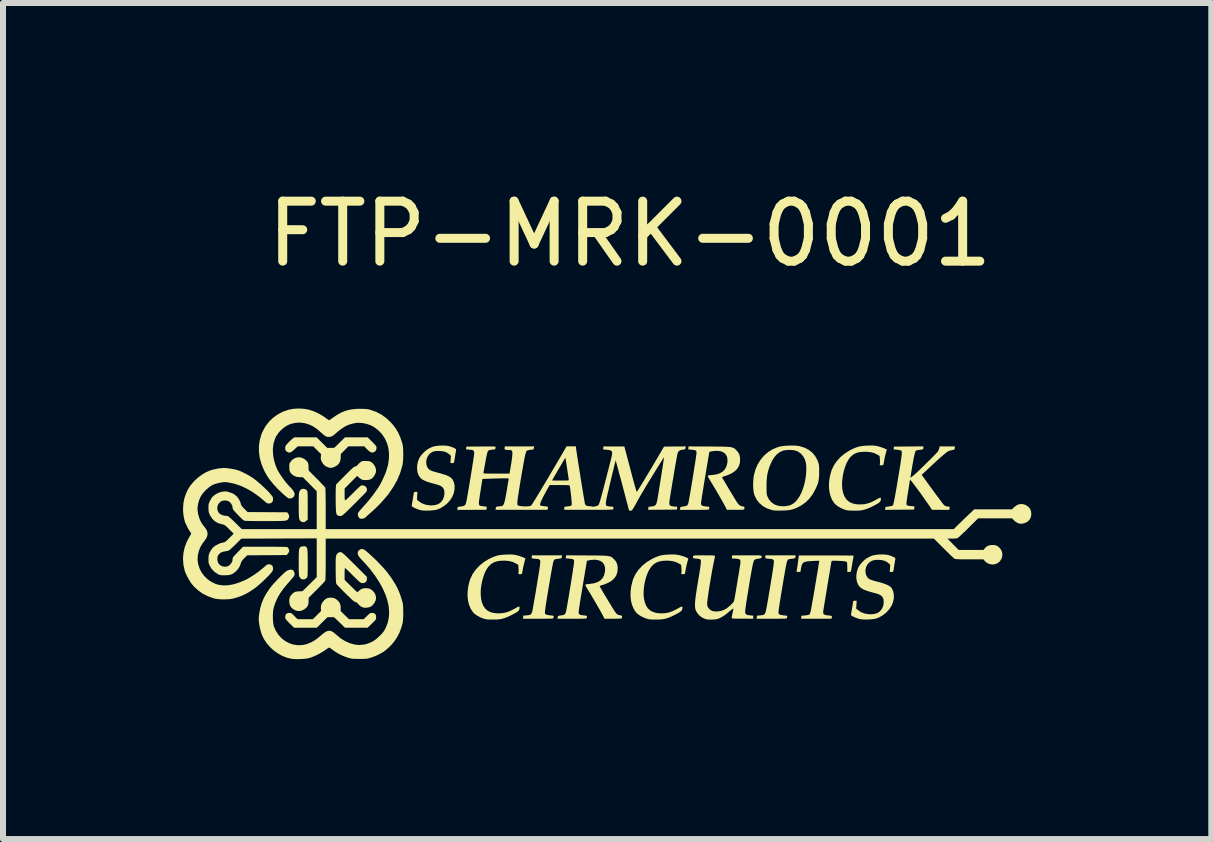
<source format=kicad_pcb>
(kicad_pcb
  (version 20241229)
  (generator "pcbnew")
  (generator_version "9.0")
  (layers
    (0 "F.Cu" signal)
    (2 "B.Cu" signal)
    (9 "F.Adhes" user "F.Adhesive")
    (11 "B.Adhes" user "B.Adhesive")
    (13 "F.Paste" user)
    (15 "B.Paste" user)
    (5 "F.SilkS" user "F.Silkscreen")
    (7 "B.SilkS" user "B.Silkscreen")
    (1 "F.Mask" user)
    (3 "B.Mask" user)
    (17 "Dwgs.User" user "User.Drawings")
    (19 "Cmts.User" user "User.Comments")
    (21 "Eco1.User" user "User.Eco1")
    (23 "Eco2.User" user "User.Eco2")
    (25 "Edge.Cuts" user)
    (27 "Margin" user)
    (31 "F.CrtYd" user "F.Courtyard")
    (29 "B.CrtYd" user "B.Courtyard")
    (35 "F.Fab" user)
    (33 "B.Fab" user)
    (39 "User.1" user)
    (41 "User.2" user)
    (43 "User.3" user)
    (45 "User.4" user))
  (footprint "FTP-MRK-0001"
    (layer "F.Cu")
    (at 7.448 5.928)
    (property "Reference" "FTP-MRK-0001" (at 0 -5.08 0) (unlocked yes) (layer "F.SilkS") (effects (font (size 1 1) (thickness 0.15))))
    (fp_poly (pts (xy -5.421 -0.828) (xy -5.395 -0.815) (xy -5.386 -0.806) (xy -5.381 -0.8) (xy -5.378 -0.794) (xy -5.375 -0.786) (xy -5.373 -0.773) (xy -5.371 -0.755) (xy -5.37 -0.73) (xy -5.37 -0.695) (xy -5.369 -0.65) (xy -5.369 -0.593) (xy -5.369 -0.552) (xy -5.369 -0.318) (xy -5.39 -0.298) (xy -5.418 -0.279) (xy -5.446 -0.274) (xy -5.471 -0.282) (xy -5.484 -0.289) (xy -5.495 -0.298) (xy -5.503 -0.31) (xy -5.509 -0.326) (xy -5.514 -0.349) (xy -5.516 -0.38) (xy -5.518 -0.421) (xy -5.519 -0.473) (xy -5.519 -0.538) (xy -5.519 -0.552) (xy -5.519 -0.619) (xy -5.518 -0.673) (xy -5.517 -0.715) (xy -5.515 -0.748) (xy -5.511 -0.772) (xy -5.506 -0.789) (xy -5.499 -0.802) (xy -5.489 -0.812) (xy -5.478 -0.821) (xy -5.476 -0.822) (xy -5.45 -0.831)) (stroke (width 0) (type solid)) (fill yes) (layer "F.SilkS"))
    (fp_poly (pts (xy -5.423 0.128) (xy -5.408 0.13) (xy -5.396 0.135) (xy -5.387 0.145) (xy -5.38 0.161) (xy -5.375 0.184) (xy -5.372 0.216) (xy -5.37 0.258) (xy -5.369 0.312) (xy -5.369 0.378) (xy -5.369 0.408) (xy -5.369 0.473) (xy -5.369 0.524) (xy -5.37 0.564) (xy -5.371 0.593) (xy -5.372 0.615) (xy -5.374 0.63) (xy -5.376 0.64) (xy -5.379 0.648) (xy -5.384 0.653) (xy -5.386 0.656) (xy -5.41 0.673) (xy -5.439 0.68) (xy -5.468 0.676) (xy -5.474 0.673) (xy -5.49 0.66) (xy -5.505 0.64) (xy -5.506 0.638) (xy -5.51 0.628) (xy -5.513 0.617) (xy -5.515 0.601) (xy -5.517 0.579) (xy -5.518 0.549) (xy -5.519 0.51) (xy -5.519 0.459) (xy -5.519 0.403) (xy -5.519 0.335) (xy -5.518 0.28) (xy -5.517 0.236) (xy -5.515 0.203) (xy -5.511 0.179) (xy -5.506 0.161) (xy -5.499 0.149) (xy -5.491 0.141) (xy -5.483 0.136) (xy -5.465 0.13) (xy -5.442 0.128) (xy -5.442 0.128)) (stroke (width 0) (type solid)) (fill yes) (layer "F.SilkS"))
    (fp_poly (pts (xy -5.132 -1.6) (xy -5.043 -1.512) (xy -4.984 -1.513) (xy -4.926 -1.514) (xy -4.837 -1.601) (xy -4.748 -1.688) (xy -4.558 -1.688) (xy -4.369 -1.688) (xy -4.295 -1.614) (xy -4.265 -1.583) (xy -4.244 -1.561) (xy -4.231 -1.544) (xy -4.224 -1.531) (xy -4.222 -1.52) (xy -4.222 -1.517) (xy -4.227 -1.481) (xy -4.243 -1.456) (xy -4.26 -1.444) (xy -4.283 -1.435) (xy -4.306 -1.436) (xy -4.33 -1.447) (xy -4.359 -1.47) (xy -4.379 -1.489) (xy -4.427 -1.538) (xy -4.559 -1.538) (xy -4.691 -1.538) (xy -4.754 -1.474) (xy -4.818 -1.41) (xy -4.818 -1.359) (xy -4.824 -1.306) (xy -4.841 -1.262) (xy -4.871 -1.226) (xy -4.913 -1.2) (xy -4.937 -1.19) (xy -4.964 -1.182) (xy -4.984 -1.179) (xy -5.004 -1.181) (xy -5.03 -1.189) (xy -5.075 -1.21) (xy -5.11 -1.242) (xy -5.133 -1.279) (xy -5.145 -1.306) (xy -5.151 -1.329) (xy -5.151 -1.355) (xy -5.15 -1.365) (xy -5.146 -1.408) (xy -5.211 -1.473) (xy -5.276 -1.538) (xy -5.406 -1.538) (xy -5.536 -1.538) (xy -5.588 -1.489) (xy -5.621 -1.46) (xy -5.648 -1.441) (xy -5.671 -1.434) (xy -5.693 -1.437) (xy -5.715 -1.449) (xy -5.725 -1.456) (xy -5.737 -1.469) (xy -5.743 -1.484) (xy -5.744 -1.508) (xy -5.744 -1.526) (xy -5.74 -1.541) (xy -5.732 -1.555) (xy -5.718 -1.573) (xy -5.697 -1.595) (xy -5.672 -1.621) (xy -5.647 -1.645) (xy -5.626 -1.663) (xy -5.621 -1.667) (xy -5.592 -1.688) (xy -5.406 -1.688) (xy -5.22 -1.688)) (stroke (width 0) (type solid)) (fill yes) (layer "F.SilkS"))
    (fp_poly (pts (xy -4.928 0.992) (xy -4.891 1.012) (xy -4.883 1.019) (xy -4.849 1.052) (xy -4.829 1.087) (xy -4.82 1.127) (xy -4.819 1.157) (xy -4.82 1.207) (xy -4.751 1.275) (xy -4.681 1.343) (xy -4.559 1.343) (xy -4.436 1.343) (xy -4.382 1.29) (xy -4.357 1.266) (xy -4.339 1.251) (xy -4.325 1.242) (xy -4.312 1.239) (xy -4.296 1.238) (xy -4.295 1.238) (xy -4.263 1.242) (xy -4.243 1.257) (xy -4.231 1.283) (xy -4.229 1.31) (xy -4.229 1.326) (xy -4.231 1.338) (xy -4.237 1.35) (xy -4.247 1.364) (xy -4.265 1.382) (xy -4.291 1.408) (xy -4.299 1.416) (xy -4.37 1.485) (xy -4.559 1.485) (xy -4.748 1.485) (xy -4.839 1.397) (xy -4.93 1.309) (xy -4.985 1.309) (xy -5.039 1.31) (xy -5.128 1.397) (xy -5.217 1.485) (xy -5.407 1.485) (xy -5.597 1.485) (xy -5.671 1.412) (xy -5.7 1.382) (xy -5.721 1.36) (xy -5.733 1.344) (xy -5.741 1.332) (xy -5.744 1.32) (xy -5.744 1.308) (xy -5.739 1.274) (xy -5.724 1.251) (xy -5.698 1.24) (xy -5.678 1.238) (xy -5.661 1.238) (xy -5.648 1.241) (xy -5.634 1.249) (xy -5.618 1.263) (xy -5.595 1.286) (xy -5.591 1.29) (xy -5.538 1.343) (xy -5.411 1.343) (xy -5.283 1.343) (xy -5.214 1.274) (xy -5.146 1.206) (xy -5.15 1.166) (xy -5.148 1.119) (xy -5.132 1.075) (xy -5.102 1.035) (xy -5.092 1.025) (xy -5.066 1.004) (xy -5.044 0.992) (xy -5.021 0.986) (xy -4.971 0.983)) (stroke (width 0) (type solid)) (fill yes) (layer "F.SilkS"))
    (fp_poly (pts (xy -1.131 0.295) (xy -1.134 0.313) (xy -1.143 0.325) (xy -1.162 0.332) (xy -1.192 0.335) (xy -1.219 0.339) (xy -1.241 0.343) (xy -1.253 0.346) (xy -1.262 0.357) (xy -1.272 0.377) (xy -1.277 0.392) (xy -1.281 0.408) (xy -1.286 0.436) (xy -1.294 0.476) (xy -1.303 0.525) (xy -1.313 0.582) (xy -1.324 0.645) (xy -1.335 0.712) (xy -1.347 0.781) (xy -1.359 0.85) (xy -1.37 0.918) (xy -1.381 0.983) (xy -1.39 1.043) (xy -1.399 1.096) (xy -1.405 1.141) (xy -1.41 1.176) (xy -1.413 1.198) (xy -1.413 1.199) (xy -1.415 1.227) (xy -1.415 1.243) (xy -1.411 1.253) (xy -1.403 1.26) (xy -1.4 1.263) (xy -1.384 1.269) (xy -1.358 1.275) (xy -1.328 1.279) (xy -1.324 1.279) (xy -1.294 1.283) (xy -1.276 1.286) (xy -1.269 1.291) (xy -1.269 1.296) (xy -1.273 1.313) (xy -1.273 1.321) (xy -1.274 1.324) (xy -1.277 1.328) (xy -1.283 1.33) (xy -1.294 1.332) (xy -1.313 1.333) (xy -1.339 1.334) (xy -1.374 1.334) (xy -1.421 1.335) (xy -1.48 1.335) (xy -1.527 1.335) (xy -1.78 1.335) (xy -1.778 1.31) (xy -1.775 1.284) (xy -1.719 1.279) (xy -1.686 1.275) (xy -1.663 1.269) (xy -1.646 1.258) (xy -1.635 1.239) (xy -1.626 1.211) (xy -1.618 1.171) (xy -1.611 1.134) (xy -1.603 1.085) (xy -1.593 1.029) (xy -1.582 0.965) (xy -1.57 0.898) (xy -1.559 0.828) (xy -1.547 0.758) (xy -1.536 0.689) (xy -1.525 0.625) (xy -1.516 0.567) (xy -1.508 0.516) (xy -1.502 0.476) (xy -1.498 0.449) (xy -1.498 0.444) (xy -1.494 0.409) (xy -1.492 0.386) (xy -1.493 0.371) (xy -1.496 0.361) (xy -1.502 0.353) (xy -1.502 0.353) (xy -1.521 0.341) (xy -1.539 0.338) (xy -1.561 0.337) (xy -1.588 0.334) (xy -1.6 0.333) (xy -1.622 0.33) (xy -1.633 0.325) (xy -1.636 0.317) (xy -1.635 0.303) (xy -1.632 0.278) (xy -1.381 0.278) (xy -1.131 0.278)) (stroke (width 0) (type solid)) (fill yes) (layer "F.SilkS"))
    (fp_poly (pts (xy 2.762 0.295) (xy 2.76 0.313) (xy 2.75 0.325) (xy 2.731 0.332) (xy 2.702 0.335) (xy 2.674 0.339) (xy 2.652 0.343) (xy 2.641 0.346) (xy 2.631 0.357) (xy 2.622 0.377) (xy 2.616 0.392) (xy 2.613 0.408) (xy 2.607 0.436) (xy 2.599 0.476) (xy 2.59 0.525) (xy 2.58 0.582) (xy 2.569 0.645) (xy 2.558 0.712) (xy 2.546 0.781) (xy 2.535 0.85) (xy 2.523 0.918) (xy 2.513 0.983) (xy 2.503 1.043) (xy 2.495 1.096) (xy 2.488 1.141) (xy 2.483 1.176) (xy 2.48 1.198) (xy 2.48 1.199) (xy 2.478 1.227) (xy 2.478 1.243) (xy 2.482 1.253) (xy 2.49 1.26) (xy 2.493 1.263) (xy 2.509 1.269) (xy 2.535 1.275) (xy 2.565 1.279) (xy 2.57 1.279) (xy 2.6 1.283) (xy 2.617 1.286) (xy 2.624 1.291) (xy 2.624 1.296) (xy 2.62 1.313) (xy 2.62 1.321) (xy 2.619 1.324) (xy 2.617 1.328) (xy 2.61 1.33) (xy 2.599 1.332) (xy 2.581 1.333) (xy 2.555 1.334) (xy 2.519 1.334) (xy 2.472 1.335) (xy 2.413 1.335) (xy 2.366 1.335) (xy 2.113 1.335) (xy 2.116 1.31) (xy 2.119 1.284) (xy 2.174 1.279) (xy 2.207 1.275) (xy 2.231 1.269) (xy 2.247 1.258) (xy 2.258 1.239) (xy 2.267 1.211) (xy 2.275 1.171) (xy 2.282 1.134) (xy 2.291 1.085) (xy 2.301 1.029) (xy 2.312 0.965) (xy 2.323 0.898) (xy 2.335 0.828) (xy 2.346 0.758) (xy 2.358 0.689) (xy 2.368 0.625) (xy 2.377 0.567) (xy 2.385 0.516) (xy 2.391 0.476) (xy 2.395 0.449) (xy 2.395 0.444) (xy 2.399 0.409) (xy 2.401 0.386) (xy 2.401 0.371) (xy 2.397 0.361) (xy 2.392 0.353) (xy 2.391 0.353) (xy 2.372 0.341) (xy 2.354 0.338) (xy 2.333 0.337) (xy 2.305 0.334) (xy 2.293 0.333) (xy 2.271 0.33) (xy 2.26 0.325) (xy 2.257 0.317) (xy 2.258 0.303) (xy 2.261 0.278) (xy 2.512 0.278) (xy 2.762 0.278)) (stroke (width 0) (type solid)) (fill yes) (layer "F.SilkS"))
    (fp_poly (pts (xy -4.817 0.225) (xy -4.809 0.227) (xy -4.8 0.232) (xy -4.788 0.24) (xy -4.774 0.252) (xy -4.754 0.269) (xy -4.729 0.293) (xy -4.696 0.325) (xy -4.656 0.365) (xy -4.607 0.414) (xy -4.589 0.431) (xy -4.383 0.637) (xy -4.383 0.672) (xy -4.385 0.696) (xy -4.392 0.712) (xy -4.404 0.725) (xy -4.432 0.74) (xy -4.464 0.741) (xy -4.49 0.732) (xy -4.501 0.724) (xy -4.521 0.706) (xy -4.548 0.681) (xy -4.579 0.651) (xy -4.614 0.617) (xy -4.627 0.604) (xy -4.661 0.57) (xy -4.691 0.54) (xy -4.717 0.516) (xy -4.736 0.498) (xy -4.747 0.489) (xy -4.748 0.488) (xy -4.751 0.495) (xy -4.752 0.514) (xy -4.754 0.543) (xy -4.754 0.578) (xy -4.754 0.587) (xy -4.754 0.687) (xy -4.651 0.79) (xy -4.619 0.821) (xy -4.59 0.849) (xy -4.567 0.871) (xy -4.551 0.886) (xy -4.543 0.893) (xy -4.543 0.893) (xy -4.535 0.888) (xy -4.521 0.876) (xy -4.513 0.869) (xy -4.492 0.852) (xy -4.469 0.838) (xy -4.464 0.835) (xy -4.433 0.828) (xy -4.396 0.826) (xy -4.36 0.829) (xy -4.33 0.837) (xy -4.329 0.838) (xy -4.29 0.864) (xy -4.258 0.9) (xy -4.238 0.942) (xy -4.229 0.987) (xy -4.229 0.991) (xy -4.235 1.025) (xy -4.252 1.062) (xy -4.276 1.097) (xy -4.305 1.125) (xy -4.308 1.127) (xy -4.341 1.143) (xy -4.382 1.151) (xy -4.424 1.152) (xy -4.444 1.148) (xy -4.481 1.132) (xy -4.516 1.103) (xy -4.532 1.084) (xy -4.552 1.064) (xy -4.571 1.058) (xy -4.572 1.058) (xy -4.58 1.055) (xy -4.593 1.048) (xy -4.61 1.035) (xy -4.634 1.014) (xy -4.664 0.985) (xy -4.704 0.947) (xy -4.735 0.917) (xy -4.773 0.879) (xy -4.809 0.843) (xy -4.84 0.811) (xy -4.865 0.785) (xy -4.882 0.767) (xy -4.889 0.758) (xy -4.893 0.749) (xy -4.896 0.735) (xy -4.898 0.714) (xy -4.9 0.685) (xy -4.901 0.645) (xy -4.902 0.593) (xy -4.903 0.544) (xy -4.903 0.489) (xy -4.903 0.436) (xy -4.903 0.389) (xy -4.902 0.35) (xy -4.901 0.322) (xy -4.9 0.308) (xy -4.89 0.27) (xy -4.872 0.243) (xy -4.845 0.228) (xy -4.824 0.225)) (stroke (width 0) (type solid)) (fill yes) (layer "F.SilkS"))
    (fp_poly (pts (xy -4.368 -1.293) (xy -4.346 -1.291) (xy -4.329 -1.286) (xy -4.312 -1.278) (xy -4.306 -1.274) (xy -4.273 -1.243) (xy -4.247 -1.204) (xy -4.233 -1.16) (xy -4.231 -1.145) (xy -4.23 -1.118) (xy -4.236 -1.095) (xy -4.248 -1.068) (xy -4.249 -1.066) (xy -4.275 -1.025) (xy -4.305 -0.998) (xy -4.34 -0.982) (xy -4.375 -0.977) (xy -4.418 -0.976) (xy -4.45 -0.979) (xy -4.476 -0.99) (xy -4.502 -1.007) (xy -4.51 -1.014) (xy -4.546 -1.045) (xy -4.65 -0.94) (xy -4.754 -0.835) (xy -4.754 -0.736) (xy -4.754 -0.694) (xy -4.752 -0.664) (xy -4.75 -0.646) (xy -4.747 -0.638) (xy -4.745 -0.638) (xy -4.737 -0.643) (xy -4.72 -0.657) (xy -4.696 -0.679) (xy -4.667 -0.707) (xy -4.633 -0.74) (xy -4.61 -0.763) (xy -4.57 -0.803) (xy -4.539 -0.833) (xy -4.516 -0.855) (xy -4.499 -0.87) (xy -4.486 -0.88) (xy -4.475 -0.885) (xy -4.466 -0.888) (xy -4.456 -0.888) (xy -4.453 -0.888) (xy -4.423 -0.881) (xy -4.399 -0.864) (xy -4.385 -0.841) (xy -4.38 -0.815) (xy -4.388 -0.788) (xy -4.394 -0.779) (xy -4.402 -0.769) (xy -4.42 -0.751) (xy -4.446 -0.724) (xy -4.479 -0.691) (xy -4.517 -0.653) (xy -4.559 -0.61) (xy -4.6 -0.57) (xy -4.651 -0.519) (xy -4.692 -0.479) (xy -4.725 -0.447) (xy -4.751 -0.422) (xy -4.771 -0.404) (xy -4.787 -0.392) (xy -4.799 -0.384) (xy -4.808 -0.38) (xy -4.816 -0.378) (xy -4.82 -0.377) (xy -4.843 -0.378) (xy -4.863 -0.383) (xy -4.864 -0.384) (xy -4.874 -0.39) (xy -4.882 -0.398) (xy -4.889 -0.41) (xy -4.893 -0.427) (xy -4.897 -0.452) (xy -4.899 -0.485) (xy -4.901 -0.529) (xy -4.902 -0.585) (xy -4.903 -0.626) (xy -4.903 -0.681) (xy -4.903 -0.734) (xy -4.903 -0.781) (xy -4.902 -0.82) (xy -4.901 -0.849) (xy -4.9 -0.863) (xy -4.895 -0.904) (xy -4.748 -1.052) (xy -4.703 -1.097) (xy -4.668 -1.132) (xy -4.64 -1.159) (xy -4.618 -1.178) (xy -4.602 -1.191) (xy -4.589 -1.199) (xy -4.579 -1.204) (xy -4.573 -1.205) (xy -4.548 -1.214) (xy -4.536 -1.228) (xy -4.524 -1.244) (xy -4.505 -1.262) (xy -4.496 -1.27) (xy -4.48 -1.282) (xy -4.467 -1.289) (xy -4.45 -1.293) (xy -4.426 -1.294) (xy -4.401 -1.294)) (stroke (width 0) (type solid)) (fill yes) (layer "F.SilkS"))
    (fp_poly (pts (xy -1.976 0.264) (xy -1.947 0.266) (xy -1.92 0.27) (xy -1.89 0.276) (xy -1.886 0.277) (xy -1.851 0.286) (xy -1.815 0.298) (xy -1.785 0.309) (xy -1.78 0.311) (xy -1.74 0.33) (xy -1.757 0.392) (xy -1.766 0.43) (xy -1.776 0.47) (xy -1.783 0.504) (xy -1.783 0.506) (xy -1.789 0.543) (xy -1.794 0.568) (xy -1.798 0.582) (xy -1.804 0.59) (xy -1.812 0.592) (xy -1.824 0.593) (xy -1.83 0.593) (xy -1.849 0.592) (xy -1.857 0.588) (xy -1.857 0.577) (xy -1.856 0.568) (xy -1.854 0.548) (xy -1.854 0.52) (xy -1.856 0.491) (xy -1.86 0.437) (xy -1.899 0.414) (xy -1.951 0.389) (xy -2.01 0.374) (xy -2.079 0.367) (xy -2.099 0.367) (xy -2.167 0.37) (xy -2.223 0.38) (xy -2.271 0.398) (xy -2.313 0.424) (xy -2.347 0.456) (xy -2.381 0.5) (xy -2.411 0.556) (xy -2.437 0.622) (xy -2.458 0.694) (xy -2.474 0.77) (xy -2.484 0.846) (xy -2.486 0.92) (xy -2.481 0.988) (xy -2.467 1.059) (xy -2.443 1.119) (xy -2.41 1.166) (xy -2.367 1.203) (xy -2.315 1.228) (xy -2.252 1.242) (xy -2.191 1.246) (xy -2.124 1.242) (xy -2.06 1.23) (xy -1.997 1.207) (xy -1.931 1.174) (xy -1.902 1.157) (xy -1.872 1.14) (xy -1.852 1.133) (xy -1.841 1.136) (xy -1.837 1.149) (xy -1.839 1.166) (xy -1.844 1.184) (xy -1.853 1.199) (xy -1.867 1.213) (xy -1.889 1.229) (xy -1.921 1.247) (xy -1.964 1.27) (xy -1.973 1.274) (xy -2.033 1.303) (xy -2.086 1.324) (xy -2.136 1.338) (xy -2.187 1.346) (xy -2.244 1.349) (xy -2.278 1.349) (xy -2.316 1.349) (xy -2.35 1.348) (xy -2.376 1.346) (xy -2.391 1.345) (xy -2.391 1.345) (xy -2.443 1.332) (xy -2.496 1.31) (xy -2.546 1.283) (xy -2.589 1.252) (xy -2.615 1.226) (xy -2.652 1.17) (xy -2.679 1.105) (xy -2.697 1.032) (xy -2.705 0.954) (xy -2.703 0.871) (xy -2.691 0.786) (xy -2.669 0.701) (xy -2.656 0.665) (xy -2.62 0.589) (xy -2.57 0.518) (xy -2.508 0.452) (xy -2.436 0.393) (xy -2.354 0.342) (xy -2.314 0.322) (xy -2.267 0.302) (xy -2.224 0.287) (xy -2.182 0.276) (xy -2.136 0.27) (xy -2.081 0.266) (xy -2.057 0.265) (xy -2.011 0.264)) (stroke (width 0) (type solid)) (fill yes) (layer "F.SilkS"))
    (fp_poly (pts (xy 0.74 0.264) (xy 0.769 0.266) (xy 0.796 0.27) (xy 0.826 0.276) (xy 0.829 0.277) (xy 0.865 0.286) (xy 0.901 0.298) (xy 0.93 0.309) (xy 0.935 0.311) (xy 0.975 0.33) (xy 0.959 0.392) (xy 0.949 0.43) (xy 0.94 0.47) (xy 0.933 0.504) (xy 0.933 0.506) (xy 0.926 0.543) (xy 0.922 0.568) (xy 0.917 0.582) (xy 0.911 0.59) (xy 0.903 0.592) (xy 0.891 0.593) (xy 0.886 0.593) (xy 0.866 0.592) (xy 0.858 0.588) (xy 0.858 0.577) (xy 0.86 0.568) (xy 0.862 0.548) (xy 0.862 0.52) (xy 0.86 0.491) (xy 0.855 0.437) (xy 0.817 0.414) (xy 0.765 0.389) (xy 0.706 0.374) (xy 0.637 0.367) (xy 0.617 0.367) (xy 0.549 0.37) (xy 0.492 0.38) (xy 0.444 0.398) (xy 0.402 0.424) (xy 0.368 0.456) (xy 0.335 0.5) (xy 0.304 0.556) (xy 0.278 0.622) (xy 0.257 0.694) (xy 0.241 0.77) (xy 0.232 0.846) (xy 0.229 0.92) (xy 0.234 0.988) (xy 0.249 1.059) (xy 0.272 1.119) (xy 0.305 1.166) (xy 0.348 1.203) (xy 0.401 1.228) (xy 0.463 1.242) (xy 0.525 1.246) (xy 0.592 1.242) (xy 0.655 1.23) (xy 0.718 1.207) (xy 0.784 1.174) (xy 0.813 1.157) (xy 0.844 1.14) (xy 0.864 1.133) (xy 0.875 1.136) (xy 0.878 1.149) (xy 0.876 1.166) (xy 0.871 1.184) (xy 0.863 1.199) (xy 0.848 1.213) (xy 0.826 1.229) (xy 0.795 1.247) (xy 0.751 1.27) (xy 0.743 1.274) (xy 0.682 1.303) (xy 0.629 1.324) (xy 0.579 1.338) (xy 0.528 1.346) (xy 0.472 1.349) (xy 0.438 1.349) (xy 0.4 1.349) (xy 0.366 1.348) (xy 0.34 1.346) (xy 0.325 1.345) (xy 0.324 1.345) (xy 0.273 1.332) (xy 0.22 1.31) (xy 0.169 1.283) (xy 0.127 1.252) (xy 0.1 1.226) (xy 0.064 1.17) (xy 0.037 1.105) (xy 0.019 1.032) (xy 0.011 0.954) (xy 0.013 0.871) (xy 0.025 0.786) (xy 0.047 0.701) (xy 0.059 0.665) (xy 0.096 0.589) (xy 0.145 0.518) (xy 0.207 0.452) (xy 0.28 0.393) (xy 0.362 0.342) (xy 0.402 0.322) (xy 0.449 0.302) (xy 0.491 0.287) (xy 0.534 0.276) (xy 0.58 0.27) (xy 0.635 0.266) (xy 0.658 0.265) (xy 0.704 0.264)) (stroke (width 0) (type solid)) (fill yes) (layer "F.SilkS"))
    (fp_poly (pts (xy 4.048 -1.552) (xy 4.077 -1.55) (xy 4.104 -1.546) (xy 4.134 -1.54) (xy 4.137 -1.539) (xy 4.173 -1.529) (xy 4.209 -1.517) (xy 4.238 -1.506) (xy 4.243 -1.504) (xy 4.284 -1.485) (xy 4.267 -1.423) (xy 4.257 -1.386) (xy 4.248 -1.346) (xy 4.241 -1.311) (xy 4.241 -1.309) (xy 4.234 -1.272) (xy 4.23 -1.248) (xy 4.225 -1.233) (xy 4.22 -1.225) (xy 4.211 -1.223) (xy 4.2 -1.223) (xy 4.194 -1.223) (xy 4.175 -1.223) (xy 4.167 -1.227) (xy 4.166 -1.238) (xy 4.168 -1.247) (xy 4.17 -1.267) (xy 4.17 -1.295) (xy 4.168 -1.325) (xy 4.163 -1.378) (xy 4.125 -1.401) (xy 4.073 -1.426) (xy 4.014 -1.441) (xy 3.945 -1.448) (xy 3.925 -1.448) (xy 3.857 -1.445) (xy 3.8 -1.436) (xy 3.752 -1.418) (xy 3.711 -1.391) (xy 3.676 -1.36) (xy 3.643 -1.315) (xy 3.613 -1.259) (xy 3.587 -1.193) (xy 3.565 -1.121) (xy 3.55 -1.046) (xy 3.54 -0.969) (xy 3.537 -0.895) (xy 3.542 -0.827) (xy 3.557 -0.756) (xy 3.581 -0.697) (xy 3.614 -0.649) (xy 3.656 -0.613) (xy 3.709 -0.588) (xy 3.772 -0.573) (xy 3.833 -0.57) (xy 3.9 -0.573) (xy 3.963 -0.586) (xy 4.026 -0.608) (xy 4.092 -0.641) (xy 4.121 -0.658) (xy 4.152 -0.675) (xy 4.172 -0.682) (xy 4.183 -0.679) (xy 4.186 -0.666) (xy 4.184 -0.649) (xy 4.18 -0.632) (xy 4.171 -0.617) (xy 4.157 -0.602) (xy 4.134 -0.586) (xy 4.103 -0.568) (xy 4.059 -0.545) (xy 4.051 -0.541) (xy 3.99 -0.512) (xy 3.937 -0.491) (xy 3.887 -0.477) (xy 3.836 -0.469) (xy 3.78 -0.466) (xy 3.746 -0.466) (xy 3.708 -0.467) (xy 3.674 -0.468) (xy 3.648 -0.469) (xy 3.633 -0.47) (xy 3.633 -0.47) (xy 3.581 -0.483) (xy 3.528 -0.505) (xy 3.478 -0.532) (xy 3.435 -0.564) (xy 3.409 -0.59) (xy 3.372 -0.645) (xy 3.345 -0.71) (xy 3.327 -0.783) (xy 3.319 -0.862) (xy 3.321 -0.945) (xy 3.333 -1.029) (xy 3.355 -1.114) (xy 3.367 -1.15) (xy 3.404 -1.226) (xy 3.454 -1.297) (xy 3.515 -1.363) (xy 3.588 -1.422) (xy 3.67 -1.473) (xy 3.71 -1.493) (xy 3.757 -1.514) (xy 3.8 -1.529) (xy 3.842 -1.539) (xy 3.888 -1.546) (xy 3.943 -1.55) (xy 3.966 -1.551) (xy 4.012 -1.552)) (stroke (width 0) (type solid)) (fill yes) (layer "F.SilkS"))
    (fp_poly (pts (xy 2.763 -1.55) (xy 2.812 -1.545) (xy 2.827 -1.542) (xy 2.907 -1.518) (xy 2.977 -1.483) (xy 3.037 -1.437) (xy 3.086 -1.381) (xy 3.123 -1.315) (xy 3.139 -1.277) (xy 3.146 -1.255) (xy 3.151 -1.234) (xy 3.154 -1.21) (xy 3.155 -1.181) (xy 3.156 -1.141) (xy 3.156 -1.114) (xy 3.155 -1.052) (xy 3.151 -1.001) (xy 3.144 -0.955) (xy 3.132 -0.912) (xy 3.114 -0.867) (xy 3.1 -0.836) (xy 3.052 -0.747) (xy 2.997 -0.671) (xy 2.933 -0.607) (xy 2.859 -0.554) (xy 2.798 -0.521) (xy 2.757 -0.503) (xy 2.72 -0.49) (xy 2.683 -0.48) (xy 2.642 -0.474) (xy 2.594 -0.47) (xy 2.534 -0.468) (xy 2.534 -0.468) (xy 2.483 -0.467) (xy 2.444 -0.468) (xy 2.414 -0.469) (xy 2.388 -0.473) (xy 2.363 -0.478) (xy 2.36 -0.479) (xy 2.284 -0.505) (xy 2.218 -0.542) (xy 2.162 -0.59) (xy 2.116 -0.647) (xy 2.082 -0.713) (xy 2.07 -0.749) (xy 2.062 -0.791) (xy 2.056 -0.844) (xy 2.056 -0.874) (xy 2.279 -0.874) (xy 2.279 -0.825) (xy 2.279 -0.788) (xy 2.281 -0.76) (xy 2.283 -0.739) (xy 2.287 -0.722) (xy 2.292 -0.706) (xy 2.296 -0.696) (xy 2.322 -0.649) (xy 2.359 -0.607) (xy 2.404 -0.574) (xy 2.421 -0.565) (xy 2.476 -0.547) (xy 2.538 -0.539) (xy 2.602 -0.542) (xy 2.662 -0.554) (xy 2.694 -0.567) (xy 2.739 -0.595) (xy 2.782 -0.638) (xy 2.822 -0.694) (xy 2.858 -0.762) (xy 2.889 -0.842) (xy 2.896 -0.863) (xy 2.915 -0.933) (xy 2.929 -1.007) (xy 2.938 -1.082) (xy 2.942 -1.155) (xy 2.94 -1.22) (xy 2.935 -1.261) (xy 2.917 -1.322) (xy 2.889 -1.374) (xy 2.85 -1.418) (xy 2.803 -1.451) (xy 2.766 -1.466) (xy 2.729 -1.474) (xy 2.684 -1.478) (xy 2.635 -1.478) (xy 2.589 -1.474) (xy 2.555 -1.467) (xy 2.501 -1.443) (xy 2.452 -1.407) (xy 2.409 -1.358) (xy 2.37 -1.296) (xy 2.336 -1.219) (xy 2.323 -1.185) (xy 2.307 -1.133) (xy 2.295 -1.085) (xy 2.287 -1.037) (xy 2.282 -0.984) (xy 2.279 -0.923) (xy 2.279 -0.874) (xy 2.056 -0.874) (xy 2.055 -0.903) (xy 2.057 -0.963) (xy 2.062 -1.021) (xy 2.068 -1.054) (xy 2.093 -1.149) (xy 2.13 -1.236) (xy 2.179 -1.314) (xy 2.237 -1.384) (xy 2.305 -1.442) (xy 2.382 -1.49) (xy 2.467 -1.525) (xy 2.485 -1.531) (xy 2.529 -1.54) (xy 2.584 -1.547) (xy 2.644 -1.551) (xy 2.705 -1.552)) (stroke (width 0) (type solid)) (fill yes) (layer "F.SilkS"))
    (fp_poly (pts (xy 3.274 0.28) (xy 3.355 0.28) (xy 3.432 0.28) (xy 3.502 0.28) (xy 3.566 0.281) (xy 3.621 0.281) (xy 3.666 0.282) (xy 3.7 0.282) (xy 3.722 0.283) (xy 3.73 0.284) (xy 3.73 0.284) (xy 3.729 0.292) (xy 3.726 0.313) (xy 3.721 0.342) (xy 3.714 0.379) (xy 3.711 0.397) (xy 3.704 0.438) (xy 3.698 0.475) (xy 3.693 0.506) (xy 3.689 0.527) (xy 3.688 0.531) (xy 3.684 0.546) (xy 3.676 0.553) (xy 3.659 0.555) (xy 3.655 0.555) (xy 3.625 0.555) (xy 3.625 0.478) (xy 3.624 0.445) (xy 3.622 0.416) (xy 3.62 0.397) (xy 3.618 0.39) (xy 3.606 0.384) (xy 3.581 0.378) (xy 3.545 0.374) (xy 3.498 0.371) (xy 3.442 0.369) (xy 3.421 0.368) (xy 3.392 0.368) (xy 3.375 0.369) (xy 3.366 0.373) (xy 3.361 0.38) (xy 3.359 0.388) (xy 3.357 0.401) (xy 3.353 0.427) (xy 3.346 0.464) (xy 3.339 0.51) (xy 3.33 0.565) (xy 3.319 0.626) (xy 3.309 0.691) (xy 3.297 0.759) (xy 3.286 0.828) (xy 3.275 0.896) (xy 3.264 0.962) (xy 3.254 1.023) (xy 3.245 1.079) (xy 3.237 1.127) (xy 3.231 1.166) (xy 3.226 1.193) (xy 3.224 1.208) (xy 3.224 1.208) (xy 3.223 1.236) (xy 3.228 1.255) (xy 3.243 1.267) (xy 3.268 1.275) (xy 3.307 1.28) (xy 3.308 1.28) (xy 3.339 1.283) (xy 3.358 1.287) (xy 3.367 1.293) (xy 3.369 1.303) (xy 3.365 1.318) (xy 3.361 1.335) (xy 3.108 1.335) (xy 2.855 1.335) (xy 2.858 1.31) (xy 2.861 1.285) (xy 2.922 1.28) (xy 2.954 1.276) (xy 2.979 1.271) (xy 2.993 1.265) (xy 2.994 1.264) (xy 3.001 1.252) (xy 3.009 1.23) (xy 3.015 1.207) (xy 3.019 1.189) (xy 3.024 1.159) (xy 3.032 1.119) (xy 3.04 1.07) (xy 3.05 1.014) (xy 3.061 0.952) (xy 3.072 0.887) (xy 3.084 0.819) (xy 3.095 0.751) (xy 3.107 0.683) (xy 3.117 0.618) (xy 3.128 0.558) (xy 3.137 0.503) (xy 3.144 0.455) (xy 3.15 0.416) (xy 3.155 0.388) (xy 3.157 0.372) (xy 3.157 0.369) (xy 3.149 0.369) (xy 3.128 0.369) (xy 3.098 0.37) (xy 3.061 0.372) (xy 3.037 0.373) (xy 2.983 0.377) (xy 2.942 0.382) (xy 2.912 0.39) (xy 2.891 0.402) (xy 2.876 0.42) (xy 2.865 0.444) (xy 2.857 0.478) (xy 2.852 0.505) (xy 2.843 0.555) (xy 2.809 0.555) (xy 2.789 0.554) (xy 2.78 0.551) (xy 2.779 0.544) (xy 2.78 0.538) (xy 2.783 0.525) (xy 2.787 0.5) (xy 2.792 0.466) (xy 2.798 0.427) (xy 2.801 0.401) (xy 2.818 0.28)) (stroke (width 0) (type solid)) (fill yes) (layer "F.SilkS"))
    (fp_poly (pts (xy -3.048 -1.548) (xy -3.005 -1.54) (xy -2.964 -1.526) (xy -2.939 -1.515) (xy -2.915 -1.503) (xy -2.901 -1.494) (xy -2.895 -1.486) (xy -2.896 -1.475) (xy -2.897 -1.468) (xy -2.9 -1.45) (xy -2.905 -1.422) (xy -2.91 -1.389) (xy -2.913 -1.369) (xy -2.92 -1.327) (xy -2.925 -1.297) (xy -2.929 -1.278) (xy -2.933 -1.267) (xy -2.939 -1.262) (xy -2.947 -1.26) (xy -2.958 -1.26) (xy -2.961 -1.26) (xy -2.99 -1.26) (xy -2.986 -1.32) (xy -2.982 -1.38) (xy -3.007 -1.404) (xy -3.04 -1.429) (xy -3.077 -1.447) (xy -3.122 -1.457) (xy -3.17 -1.461) (xy -3.222 -1.461) (xy -3.263 -1.455) (xy -3.299 -1.441) (xy -3.331 -1.418) (xy -3.335 -1.415) (xy -3.363 -1.381) (xy -3.383 -1.339) (xy -3.393 -1.294) (xy -3.393 -1.248) (xy -3.382 -1.206) (xy -3.362 -1.17) (xy -3.349 -1.157) (xy -3.335 -1.146) (xy -3.317 -1.136) (xy -3.293 -1.126) (xy -3.261 -1.116) (xy -3.218 -1.104) (xy -3.184 -1.095) (xy -3.118 -1.076) (xy -3.064 -1.059) (xy -3.022 -1.041) (xy -2.99 -1.022) (xy -2.967 -1.002) (xy -2.952 -0.982) (xy -2.93 -0.933) (xy -2.92 -0.877) (xy -2.922 -0.817) (xy -2.935 -0.755) (xy -2.957 -0.701) (xy -2.993 -0.644) (xy -3.04 -0.59) (xy -3.097 -0.544) (xy -3.159 -0.506) (xy -3.203 -0.487) (xy -3.238 -0.478) (xy -3.283 -0.472) (xy -3.335 -0.468) (xy -3.387 -0.467) (xy -3.437 -0.468) (xy -3.48 -0.473) (xy -3.496 -0.477) (xy -3.527 -0.486) (xy -3.562 -0.5) (xy -3.589 -0.512) (xy -3.614 -0.525) (xy -3.628 -0.534) (xy -3.634 -0.543) (xy -3.635 -0.553) (xy -3.634 -0.559) (xy -3.628 -0.596) (xy -3.621 -0.637) (xy -3.614 -0.678) (xy -3.608 -0.714) (xy -3.604 -0.741) (xy -3.602 -0.748) (xy -3.599 -0.768) (xy -3.592 -0.777) (xy -3.579 -0.78) (xy -3.569 -0.78) (xy -3.541 -0.78) (xy -3.545 -0.714) (xy -3.548 -0.648) (xy -3.524 -0.627) (xy -3.468 -0.59) (xy -3.405 -0.566) (xy -3.335 -0.555) (xy -3.308 -0.554) (xy -3.248 -0.559) (xy -3.199 -0.573) (xy -3.16 -0.597) (xy -3.128 -0.633) (xy -3.116 -0.653) (xy -3.098 -0.699) (xy -3.09 -0.748) (xy -3.092 -0.795) (xy -3.1 -0.821) (xy -3.112 -0.845) (xy -3.132 -0.865) (xy -3.16 -0.882) (xy -3.2 -0.897) (xy -3.251 -0.912) (xy -3.316 -0.929) (xy -3.368 -0.945) (xy -3.41 -0.961) (xy -3.443 -0.977) (xy -3.469 -0.994) (xy -3.491 -1.014) (xy -3.496 -1.019) (xy -3.522 -1.058) (xy -3.539 -1.107) (xy -3.546 -1.161) (xy -3.545 -1.219) (xy -3.534 -1.277) (xy -3.514 -1.332) (xy -3.506 -1.348) (xy -3.48 -1.386) (xy -3.445 -1.426) (xy -3.406 -1.463) (xy -3.371 -1.489) (xy -3.325 -1.515) (xy -3.281 -1.533) (xy -3.233 -1.544) (xy -3.177 -1.55) (xy -3.156 -1.551) (xy -3.097 -1.552)) (stroke (width 0) (type solid)) (fill yes) (layer "F.SilkS"))
    (fp_poly (pts (xy 4.273 0.267) (xy 4.316 0.275) (xy 4.358 0.29) (xy 4.382 0.3) (xy 4.407 0.312) (xy 4.421 0.321) (xy 4.426 0.329) (xy 4.426 0.34) (xy 4.425 0.347) (xy 4.421 0.365) (xy 4.417 0.393) (xy 4.411 0.427) (xy 4.408 0.446) (xy 4.402 0.489) (xy 4.397 0.518) (xy 4.393 0.538) (xy 4.388 0.549) (xy 4.382 0.554) (xy 4.374 0.555) (xy 4.363 0.555) (xy 4.361 0.555) (xy 4.332 0.555) (xy 4.336 0.495) (xy 4.34 0.436) (xy 4.314 0.412) (xy 4.281 0.386) (xy 4.244 0.369) (xy 4.2 0.358) (xy 4.152 0.354) (xy 4.1 0.354) (xy 4.058 0.361) (xy 4.023 0.375) (xy 3.991 0.397) (xy 3.987 0.4) (xy 3.958 0.434) (xy 3.938 0.476) (xy 3.928 0.521) (xy 3.929 0.567) (xy 3.939 0.609) (xy 3.96 0.645) (xy 3.972 0.659) (xy 3.986 0.67) (xy 4.004 0.68) (xy 4.028 0.689) (xy 4.06 0.7) (xy 4.103 0.712) (xy 4.137 0.72) (xy 4.204 0.739) (xy 4.257 0.757) (xy 4.299 0.775) (xy 4.331 0.793) (xy 4.354 0.813) (xy 4.369 0.833) (xy 4.391 0.882) (xy 4.401 0.939) (xy 4.4 0.999) (xy 4.386 1.061) (xy 4.365 1.114) (xy 4.329 1.171) (xy 4.281 1.225) (xy 4.224 1.272) (xy 4.162 1.309) (xy 4.118 1.328) (xy 4.083 1.337) (xy 4.038 1.344) (xy 3.987 1.347) (xy 3.934 1.349) (xy 3.884 1.347) (xy 3.842 1.342) (xy 3.825 1.339) (xy 3.795 1.329) (xy 3.76 1.316) (xy 3.733 1.304) (xy 3.707 1.291) (xy 3.693 1.281) (xy 3.687 1.273) (xy 3.687 1.262) (xy 3.688 1.257) (xy 3.694 1.219) (xy 3.701 1.178) (xy 3.708 1.137) (xy 3.714 1.101) (xy 3.718 1.074) (xy 3.719 1.067) (xy 3.723 1.047) (xy 3.729 1.038) (xy 3.742 1.035) (xy 3.752 1.035) (xy 3.781 1.035) (xy 3.777 1.101) (xy 3.773 1.167) (xy 3.798 1.188) (xy 3.853 1.225) (xy 3.916 1.249) (xy 3.987 1.26) (xy 4.014 1.261) (xy 4.073 1.256) (xy 4.122 1.242) (xy 4.162 1.218) (xy 4.193 1.183) (xy 4.206 1.163) (xy 4.224 1.117) (xy 4.232 1.068) (xy 4.229 1.02) (xy 4.222 0.994) (xy 4.209 0.97) (xy 4.189 0.95) (xy 4.161 0.933) (xy 4.122 0.918) (xy 4.07 0.904) (xy 4.005 0.886) (xy 3.953 0.87) (xy 3.912 0.855) (xy 3.879 0.839) (xy 3.852 0.821) (xy 3.83 0.801) (xy 3.826 0.796) (xy 3.8 0.757) (xy 3.783 0.709) (xy 3.775 0.654) (xy 3.777 0.596) (xy 3.788 0.538) (xy 3.808 0.483) (xy 3.816 0.467) (xy 3.842 0.429) (xy 3.876 0.389) (xy 3.916 0.352) (xy 3.95 0.327) (xy 3.996 0.301) (xy 4.04 0.283) (xy 4.088 0.272) (xy 4.144 0.265) (xy 4.165 0.264) (xy 4.224 0.264)) (stroke (width 0) (type solid)) (fill yes) (layer "F.SilkS"))
    (fp_poly (pts (xy 5.291 -1.537) (xy 5.419 -1.537) (xy 5.416 -1.509) (xy 5.414 -1.493) (xy 5.409 -1.484) (xy 5.396 -1.48) (xy 5.374 -1.476) (xy 5.345 -1.47) (xy 5.317 -1.46) (xy 5.307 -1.456) (xy 5.285 -1.442) (xy 5.253 -1.417) (xy 5.211 -1.382) (xy 5.16 -1.337) (xy 5.098 -1.281) (xy 5.028 -1.216) (xy 4.997 -1.187) (xy 4.865 -1.063) (xy 5.037 -0.826) (xy 5.076 -0.772) (xy 5.113 -0.722) (xy 5.148 -0.676) (xy 5.178 -0.636) (xy 5.202 -0.603) (xy 5.221 -0.579) (xy 5.231 -0.566) (xy 5.232 -0.565) (xy 5.252 -0.548) (xy 5.275 -0.539) (xy 5.294 -0.536) (xy 5.332 -0.531) (xy 5.329 -0.506) (xy 5.326 -0.48) (xy 5.181 -0.48) (xy 5.036 -0.481) (xy 4.976 -0.571) (xy 4.952 -0.605) (xy 4.923 -0.646) (xy 4.891 -0.692) (xy 4.856 -0.741) (xy 4.821 -0.79) (xy 4.786 -0.836) (xy 4.755 -0.879) (xy 4.727 -0.915) (xy 4.706 -0.943) (xy 4.695 -0.956) (xy 4.67 -0.985) (xy 4.658 -0.907) (xy 4.652 -0.871) (xy 4.645 -0.825) (xy 4.637 -0.775) (xy 4.629 -0.724) (xy 4.626 -0.706) (xy 4.62 -0.664) (xy 4.615 -0.627) (xy 4.612 -0.597) (xy 4.611 -0.577) (xy 4.611 -0.57) (xy 4.617 -0.56) (xy 4.628 -0.552) (xy 4.648 -0.547) (xy 4.678 -0.543) (xy 4.692 -0.542) (xy 4.744 -0.538) (xy 4.741 -0.511) (xy 4.739 -0.484) (xy 4.497 -0.482) (xy 4.254 -0.48) (xy 4.257 -0.504) (xy 4.258 -0.516) (xy 4.263 -0.524) (xy 4.273 -0.529) (xy 4.292 -0.533) (xy 4.317 -0.536) (xy 4.345 -0.541) (xy 4.368 -0.546) (xy 4.381 -0.551) (xy 4.382 -0.552) (xy 4.386 -0.558) (xy 4.391 -0.569) (xy 4.396 -0.587) (xy 4.401 -0.611) (xy 4.408 -0.644) (xy 4.416 -0.686) (xy 4.426 -0.739) (xy 4.437 -0.802) (xy 4.45 -0.878) (xy 4.465 -0.967) (xy 4.472 -1.012) (xy 4.488 -1.104) (xy 4.5 -1.182) (xy 4.511 -1.248) (xy 4.519 -1.303) (xy 4.525 -1.347) (xy 4.53 -1.382) (xy 4.532 -1.409) (xy 4.534 -1.43) (xy 4.533 -1.445) (xy 4.531 -1.455) (xy 4.528 -1.462) (xy 4.526 -1.465) (xy 4.512 -1.472) (xy 4.485 -1.478) (xy 4.457 -1.482) (xy 4.397 -1.487) (xy 4.399 -1.51) (xy 4.401 -1.534) (xy 4.647 -1.536) (xy 4.893 -1.538) (xy 4.893 -1.516) (xy 4.892 -1.501) (xy 4.887 -1.492) (xy 4.875 -1.486) (xy 4.854 -1.483) (xy 4.828 -1.48) (xy 4.793 -1.475) (xy 4.771 -1.467) (xy 4.765 -1.463) (xy 4.758 -1.449) (xy 4.75 -1.421) (xy 4.74 -1.379) (xy 4.728 -1.322) (xy 4.715 -1.25) (xy 4.7 -1.163) (xy 4.698 -1.148) (xy 4.691 -1.11) (xy 4.686 -1.076) (xy 4.681 -1.048) (xy 4.678 -1.032) (xy 4.678 -1.032) (xy 4.676 -1.022) (xy 4.678 -1.017) (xy 4.685 -1.02) (xy 4.699 -1.031) (xy 4.721 -1.047) (xy 4.74 -1.063) (xy 4.767 -1.087) (xy 4.8 -1.118) (xy 4.838 -1.154) (xy 4.879 -1.194) (xy 4.922 -1.236) (xy 4.965 -1.278) (xy 5.007 -1.319) (xy 5.045 -1.358) (xy 5.079 -1.392) (xy 5.106 -1.42) (xy 5.125 -1.442) (xy 5.135 -1.453) (xy 5.148 -1.478) (xy 5.157 -1.504) (xy 5.159 -1.51) (xy 5.163 -1.538)) (stroke (width 0) (type solid)) (fill yes) (layer "F.SilkS"))
    (fp_poly (pts (xy -0.716 0.28) (xy -0.629 0.28) (xy -0.557 0.281) (xy -0.496 0.282) (xy -0.446 0.283) (xy -0.406 0.285) (xy -0.374 0.288) (xy -0.349 0.292) (xy -0.329 0.297) (xy -0.312 0.303) (xy -0.299 0.311) (xy -0.286 0.321) (xy -0.274 0.333) (xy -0.266 0.34) (xy -0.235 0.375) (xy -0.216 0.412) (xy -0.205 0.455) (xy -0.202 0.488) (xy -0.206 0.55) (xy -0.223 0.606) (xy -0.253 0.655) (xy -0.297 0.698) (xy -0.354 0.733) (xy -0.424 0.763) (xy -0.448 0.77) (xy -0.474 0.778) (xy -0.494 0.786) (xy -0.503 0.792) (xy -0.503 0.793) (xy -0.499 0.801) (xy -0.488 0.82) (xy -0.472 0.848) (xy -0.451 0.884) (xy -0.427 0.925) (xy -0.4 0.969) (xy -0.373 1.014) (xy -0.346 1.06) (xy -0.319 1.103) (xy -0.296 1.142) (xy -0.275 1.175) (xy -0.259 1.2) (xy -0.251 1.213) (xy -0.23 1.242) (xy -0.21 1.261) (xy -0.187 1.272) (xy -0.155 1.279) (xy -0.153 1.28) (xy -0.134 1.285) (xy -0.128 1.292) (xy -0.129 1.296) (xy -0.133 1.313) (xy -0.133 1.321) (xy -0.134 1.326) (xy -0.138 1.329) (xy -0.146 1.332) (xy -0.161 1.333) (xy -0.185 1.334) (xy -0.22 1.335) (xy -0.267 1.335) (xy -0.278 1.335) (xy -0.423 1.335) (xy -0.442 1.295) (xy -0.455 1.271) (xy -0.474 1.237) (xy -0.497 1.194) (xy -0.525 1.146) (xy -0.554 1.095) (xy -0.585 1.042) (xy -0.615 0.991) (xy -0.643 0.943) (xy -0.668 0.902) (xy -0.689 0.869) (xy -0.689 0.868) (xy -0.709 0.836) (xy -0.725 0.808) (xy -0.736 0.786) (xy -0.741 0.774) (xy -0.741 0.773) (xy -0.739 0.767) (xy -0.731 0.762) (xy -0.716 0.759) (xy -0.689 0.757) (xy -0.671 0.755) (xy -0.599 0.745) (xy -0.54 0.726) (xy -0.491 0.697) (xy -0.454 0.658) (xy -0.429 0.61) (xy -0.415 0.551) (xy -0.413 0.538) (xy -0.413 0.485) (xy -0.424 0.442) (xy -0.447 0.405) (xy -0.455 0.397) (xy -0.489 0.372) (xy -0.534 0.357) (xy -0.586 0.351) (xy -0.644 0.355) (xy -0.674 0.36) (xy -0.715 0.369) (xy -0.785 0.783) (xy -0.797 0.861) (xy -0.81 0.935) (xy -0.821 1.003) (xy -0.831 1.065) (xy -0.839 1.119) (xy -0.846 1.164) (xy -0.85 1.197) (xy -0.853 1.218) (xy -0.854 1.224) (xy -0.851 1.245) (xy -0.843 1.26) (xy -0.827 1.27) (xy -0.799 1.276) (xy -0.771 1.279) (xy -0.74 1.282) (xy -0.722 1.286) (xy -0.714 1.29) (xy -0.714 1.295) (xy -0.718 1.313) (xy -0.718 1.321) (xy -0.719 1.325) (xy -0.722 1.328) (xy -0.728 1.33) (xy -0.739 1.332) (xy -0.757 1.333) (xy -0.784 1.334) (xy -0.82 1.335) (xy -0.867 1.335) (xy -0.927 1.335) (xy -0.963 1.335) (xy -1.208 1.335) (xy -1.203 1.318) (xy -1.199 1.301) (xy -1.199 1.293) (xy -1.191 1.288) (xy -1.172 1.283) (xy -1.146 1.279) (xy -1.113 1.274) (xy -1.091 1.266) (xy -1.077 1.252) (xy -1.067 1.229) (xy -1.064 1.219) (xy -1.061 1.203) (xy -1.055 1.175) (xy -1.048 1.135) (xy -1.039 1.086) (xy -1.03 1.03) (xy -1.019 0.968) (xy -1.008 0.901) (xy -0.997 0.832) (xy -0.985 0.762) (xy -0.974 0.694) (xy -0.964 0.628) (xy -0.954 0.566) (xy -0.946 0.511) (xy -0.939 0.464) (xy -0.933 0.426) (xy -0.93 0.399) (xy -0.928 0.386) (xy -0.928 0.386) (xy -0.93 0.366) (xy -0.936 0.352) (xy -0.95 0.343) (xy -0.973 0.337) (xy -1.009 0.333) (xy -1.013 0.333) (xy -1.068 0.328) (xy -1.065 0.303) (xy -1.062 0.278)) (stroke (width 0) (type solid)) (fill yes) (layer "F.SilkS"))
    (fp_poly (pts (xy 1.325 -1.536) (xy 1.411 -1.535) (xy 1.484 -1.534) (xy 1.544 -1.534) (xy 1.594 -1.532) (xy 1.634 -1.53) (xy 1.666 -1.527) (xy 1.692 -1.524) (xy 1.712 -1.518) (xy 1.728 -1.512) (xy 1.742 -1.504) (xy 1.754 -1.494) (xy 1.767 -1.482) (xy 1.774 -1.475) (xy 1.805 -1.44) (xy 1.825 -1.403) (xy 1.835 -1.361) (xy 1.838 -1.328) (xy 1.835 -1.266) (xy 1.818 -1.21) (xy 1.787 -1.16) (xy 1.743 -1.118) (xy 1.686 -1.082) (xy 1.616 -1.053) (xy 1.593 -1.046) (xy 1.566 -1.037) (xy 1.547 -1.029) (xy 1.537 -1.024) (xy 1.537 -1.023) (xy 1.541 -1.014) (xy 1.552 -0.995) (xy 1.569 -0.967) (xy 1.59 -0.932) (xy 1.614 -0.891) (xy 1.64 -0.847) (xy 1.667 -0.801) (xy 1.695 -0.756) (xy 1.721 -0.713) (xy 1.745 -0.673) (xy 1.765 -0.64) (xy 1.781 -0.615) (xy 1.789 -0.602) (xy 1.811 -0.573) (xy 1.831 -0.555) (xy 1.854 -0.543) (xy 1.886 -0.536) (xy 1.887 -0.536) (xy 1.906 -0.531) (xy 1.912 -0.523) (xy 1.911 -0.52) (xy 1.908 -0.503) (xy 1.907 -0.495) (xy 1.906 -0.49) (xy 1.903 -0.486) (xy 1.894 -0.484) (xy 1.879 -0.482) (xy 1.855 -0.481) (xy 1.82 -0.481) (xy 1.773 -0.481) (xy 1.762 -0.481) (xy 1.617 -0.481) (xy 1.598 -0.52) (xy 1.586 -0.544) (xy 1.567 -0.579) (xy 1.543 -0.621) (xy 1.516 -0.669) (xy 1.486 -0.721) (xy 1.456 -0.773) (xy 1.426 -0.825) (xy 1.397 -0.872) (xy 1.372 -0.914) (xy 1.352 -0.947) (xy 1.351 -0.948) (xy 1.332 -0.979) (xy 1.315 -1.008) (xy 1.304 -1.029) (xy 1.3 -1.042) (xy 1.3 -1.042) (xy 1.301 -1.049) (xy 1.309 -1.053) (xy 1.325 -1.056) (xy 1.352 -1.059) (xy 1.37 -1.06) (xy 1.441 -1.07) (xy 1.501 -1.089) (xy 1.549 -1.119) (xy 1.586 -1.157) (xy 1.611 -1.206) (xy 1.626 -1.264) (xy 1.627 -1.277) (xy 1.627 -1.33) (xy 1.616 -1.374) (xy 1.594 -1.41) (xy 1.586 -1.419) (xy 1.551 -1.443) (xy 1.506 -1.458) (xy 1.454 -1.464) (xy 1.396 -1.461) (xy 1.366 -1.455) (xy 1.325 -1.446) (xy 1.256 -1.032) (xy 1.243 -0.955) (xy 1.231 -0.881) (xy 1.22 -0.812) (xy 1.21 -0.75) (xy 1.201 -0.696) (xy 1.195 -0.652) (xy 1.19 -0.618) (xy 1.187 -0.597) (xy 1.187 -0.591) (xy 1.189 -0.57) (xy 1.197 -0.555) (xy 1.214 -0.546) (xy 1.241 -0.54) (xy 1.27 -0.536) (xy 1.3 -0.533) (xy 1.318 -0.53) (xy 1.326 -0.525) (xy 1.326 -0.52) (xy 1.323 -0.503) (xy 1.322 -0.495) (xy 1.322 -0.491) (xy 1.319 -0.488) (xy 1.313 -0.485) (xy 1.301 -0.483) (xy 1.283 -0.482) (xy 1.257 -0.481) (xy 1.221 -0.481) (xy 1.173 -0.48) (xy 1.113 -0.48) (xy 1.077 -0.48) (xy 0.833 -0.48) (xy 0.837 -0.497) (xy 0.841 -0.514) (xy 0.842 -0.522) (xy 0.849 -0.528) (xy 0.868 -0.533) (xy 0.894 -0.536) (xy 0.927 -0.541) (xy 0.949 -0.549) (xy 0.963 -0.563) (xy 0.973 -0.586) (xy 0.976 -0.596) (xy 0.98 -0.612) (xy 0.985 -0.641) (xy 0.992 -0.68) (xy 1.001 -0.729) (xy 1.011 -0.785) (xy 1.021 -0.848) (xy 1.032 -0.914) (xy 1.044 -0.983) (xy 1.055 -1.053) (xy 1.066 -1.122) (xy 1.076 -1.188) (xy 1.086 -1.249) (xy 1.095 -1.304) (xy 1.102 -1.352) (xy 1.107 -1.39) (xy 1.111 -1.416) (xy 1.112 -1.43) (xy 1.112 -1.43) (xy 1.11 -1.45) (xy 1.104 -1.464) (xy 1.091 -1.473) (xy 1.067 -1.478) (xy 1.032 -1.482) (xy 1.028 -1.483) (xy 0.973 -1.487) (xy 0.976 -1.512) (xy 0.979 -1.537)) (stroke (width 0) (type solid)) (fill yes) (layer "F.SilkS"))
    (fp_poly (pts (xy -6.726 -1.176) (xy -6.678 -1.17) (xy -6.627 -1.162) (xy -6.579 -1.152) (xy -6.539 -1.142) (xy -6.532 -1.14) (xy -6.498 -1.127) (xy -6.456 -1.108) (xy -6.41 -1.085) (xy -6.365 -1.061) (xy -6.323 -1.037) (xy -6.304 -1.025) (xy -6.256 -0.991) (xy -6.202 -0.948) (xy -6.145 -0.899) (xy -6.09 -0.848) (xy -6.039 -0.798) (xy -6.011 -0.768) (xy -5.985 -0.738) (xy -5.967 -0.716) (xy -5.956 -0.7) (xy -5.95 -0.687) (xy -5.947 -0.674) (xy -5.947 -0.66) (xy -5.951 -0.626) (xy -5.964 -0.604) (xy -5.987 -0.591) (xy -6.008 -0.587) (xy -6.029 -0.586) (xy -6.044 -0.589) (xy -6.06 -0.599) (xy -6.075 -0.613) (xy -6.181 -0.701) (xy -6.285 -0.775) (xy -6.388 -0.835) (xy -6.491 -0.882) (xy -6.594 -0.916) (xy -6.679 -0.934) (xy -6.715 -0.94) (xy -6.742 -0.942) (xy -6.767 -0.942) (xy -6.795 -0.938) (xy -6.815 -0.935) (xy -6.877 -0.922) (xy -6.928 -0.906) (xy -6.972 -0.885) (xy -7.015 -0.856) (xy -7.059 -0.817) (xy -7.068 -0.809) (xy -7.12 -0.752) (xy -7.158 -0.693) (xy -7.184 -0.628) (xy -7.195 -0.584) (xy -7.204 -0.536) (xy -7.206 -0.495) (xy -7.203 -0.455) (xy -7.195 -0.409) (xy -7.193 -0.401) (xy -7.176 -0.341) (xy -7.154 -0.289) (xy -7.125 -0.24) (xy -7.085 -0.189) (xy -7.079 -0.182) (xy -7.051 -0.14) (xy -7.039 -0.097) (xy -7.041 -0.054) (xy -7.057 -0.01) (xy -7.08 0.023) (xy -7.126 0.085) (xy -7.161 0.146) (xy -7.185 0.209) (xy -7.2 0.278) (xy -7.201 0.285) (xy -7.205 0.357) (xy -7.194 0.429) (xy -7.171 0.499) (xy -7.137 0.565) (xy -7.092 0.624) (xy -7.038 0.677) (xy -6.977 0.72) (xy -6.909 0.753) (xy -6.856 0.769) (xy -6.779 0.78) (xy -6.697 0.777) (xy -6.608 0.762) (xy -6.515 0.733) (xy -6.418 0.693) (xy -6.393 0.681) (xy -6.338 0.65) (xy -6.277 0.612) (xy -6.214 0.569) (xy -6.155 0.524) (xy -6.103 0.481) (xy -6.088 0.468) (xy -6.065 0.447) (xy -6.047 0.434) (xy -6.032 0.429) (xy -6.016 0.428) (xy -5.983 0.433) (xy -5.96 0.449) (xy -5.949 0.475) (xy -5.947 0.494) (xy -5.947 0.511) (xy -5.95 0.526) (xy -5.957 0.541) (xy -5.968 0.558) (xy -5.986 0.58) (xy -6.012 0.608) (xy -6.047 0.644) (xy -6.047 0.644) (xy -6.136 0.73) (xy -6.22 0.803) (xy -6.303 0.863) (xy -6.386 0.913) (xy -6.47 0.953) (xy -6.557 0.984) (xy -6.622 1.001) (xy -6.662 1.008) (xy -6.713 1.011) (xy -6.768 1.013) (xy -6.823 1.011) (xy -6.874 1.007) (xy -6.916 1) (xy -6.926 0.998) (xy -7.022 0.965) (xy -7.111 0.922) (xy -7.191 0.867) (xy -7.261 0.803) (xy -7.302 0.755) (xy -7.328 0.718) (xy -7.354 0.674) (xy -7.38 0.626) (xy -7.401 0.581) (xy -7.417 0.541) (xy -7.42 0.533) (xy -7.441 0.434) (xy -7.448 0.334) (xy -7.44 0.236) (xy -7.418 0.139) (xy -7.382 0.046) (xy -7.338 -0.034) (xy -7.325 -0.056) (xy -7.315 -0.074) (xy -7.312 -0.083) (xy -7.316 -0.094) (xy -7.326 -0.111) (xy -7.329 -0.115) (xy -7.348 -0.142) (xy -7.362 -0.167) (xy -7.377 -0.196) (xy -7.38 -0.203) (xy -7.391 -0.226) (xy -7.401 -0.245) (xy -7.404 -0.251) (xy -7.416 -0.281) (xy -7.427 -0.323) (xy -7.437 -0.372) (xy -7.443 -0.424) (xy -7.447 -0.476) (xy -7.447 -0.495) (xy -7.441 -0.589) (xy -7.424 -0.676) (xy -7.394 -0.76) (xy -7.363 -0.825) (xy -7.32 -0.891) (xy -7.265 -0.955) (xy -7.201 -1.015) (xy -7.131 -1.067) (xy -7.059 -1.11) (xy -6.997 -1.136) (xy -6.953 -1.149) (xy -6.9 -1.161) (xy -6.846 -1.171) (xy -6.796 -1.176) (xy -6.764 -1.178)) (stroke (width 0) (type solid)) (fill yes) (layer "F.SilkS"))
    (fp_poly (pts (xy 1.24 0.278) (xy 1.299 0.278) (xy 1.344 0.279) (xy 1.377 0.28) (xy 1.4 0.282) (xy 1.413 0.284) (xy 1.419 0.287) (xy 1.42 0.288) (xy 1.418 0.299) (xy 1.414 0.321) (xy 1.408 0.352) (xy 1.4 0.389) (xy 1.397 0.402) (xy 1.388 0.447) (xy 1.378 0.5) (xy 1.367 0.56) (xy 1.356 0.625) (xy 1.345 0.692) (xy 1.333 0.759) (xy 1.323 0.825) (xy 1.313 0.888) (xy 1.305 0.944) (xy 1.298 0.993) (xy 1.293 1.033) (xy 1.29 1.061) (xy 1.289 1.069) (xy 1.29 1.1) (xy 1.293 1.121) (xy 1.3 1.139) (xy 1.308 1.153) (xy 1.334 1.183) (xy 1.367 1.203) (xy 1.408 1.213) (xy 1.459 1.214) (xy 1.514 1.207) (xy 1.564 1.19) (xy 1.614 1.163) (xy 1.664 1.122) (xy 1.679 1.109) (xy 1.705 1.083) (xy 1.722 1.064) (xy 1.733 1.047) (xy 1.739 1.03) (xy 1.742 1.02) (xy 1.745 1.001) (xy 1.751 0.969) (xy 1.758 0.927) (xy 1.767 0.877) (xy 1.776 0.821) (xy 1.786 0.762) (xy 1.796 0.7) (xy 1.806 0.64) (xy 1.816 0.583) (xy 1.824 0.53) (xy 1.831 0.486) (xy 1.837 0.45) (xy 1.84 0.429) (xy 1.844 0.392) (xy 1.843 0.367) (xy 1.835 0.351) (xy 1.817 0.341) (xy 1.788 0.336) (xy 1.762 0.334) (xy 1.7 0.329) (xy 1.703 0.303) (xy 1.706 0.278) (xy 1.953 0.278) (xy 2.021 0.278) (xy 2.076 0.278) (xy 2.118 0.278) (xy 2.15 0.279) (xy 2.172 0.281) (xy 2.187 0.284) (xy 2.195 0.288) (xy 2.198 0.293) (xy 2.198 0.3) (xy 2.196 0.309) (xy 2.195 0.313) (xy 2.19 0.322) (xy 2.18 0.328) (xy 2.159 0.332) (xy 2.145 0.334) (xy 2.112 0.339) (xy 2.089 0.346) (xy 2.074 0.359) (xy 2.063 0.38) (xy 2.054 0.413) (xy 2.051 0.425) (xy 2.045 0.452) (xy 2.038 0.49) (xy 2.029 0.537) (xy 2.019 0.593) (xy 2.008 0.654) (xy 1.997 0.72) (xy 1.986 0.788) (xy 1.975 0.857) (xy 1.964 0.925) (xy 1.953 0.99) (xy 1.944 1.05) (xy 1.936 1.103) (xy 1.93 1.148) (xy 1.925 1.183) (xy 1.923 1.206) (xy 1.922 1.212) (xy 1.924 1.238) (xy 1.931 1.256) (xy 1.947 1.267) (xy 1.972 1.275) (xy 2.007 1.279) (xy 2.057 1.284) (xy 2.057 1.31) (xy 2.057 1.335) (xy 1.877 1.334) (xy 1.82 1.334) (xy 1.777 1.334) (xy 1.745 1.333) (xy 1.723 1.332) (xy 1.709 1.33) (xy 1.701 1.327) (xy 1.698 1.324) (xy 1.697 1.321) (xy 1.699 1.308) (xy 1.703 1.285) (xy 1.709 1.255) (xy 1.712 1.241) (xy 1.719 1.21) (xy 1.724 1.185) (xy 1.727 1.168) (xy 1.727 1.164) (xy 1.722 1.165) (xy 1.708 1.175) (xy 1.687 1.191) (xy 1.661 1.212) (xy 1.66 1.213) (xy 1.601 1.262) (xy 1.547 1.299) (xy 1.498 1.325) (xy 1.469 1.336) (xy 1.437 1.344) (xy 1.396 1.348) (xy 1.35 1.35) (xy 1.306 1.348) (xy 1.269 1.343) (xy 1.257 1.339) (xy 1.204 1.315) (xy 1.157 1.279) (xy 1.12 1.234) (xy 1.103 1.204) (xy 1.095 1.183) (xy 1.089 1.158) (xy 1.086 1.129) (xy 1.086 1.094) (xy 1.088 1.051) (xy 1.093 1) (xy 1.101 0.939) (xy 1.112 0.866) (xy 1.126 0.779) (xy 1.129 0.761) (xy 1.143 0.675) (xy 1.155 0.603) (xy 1.165 0.543) (xy 1.173 0.494) (xy 1.178 0.454) (xy 1.182 0.423) (xy 1.184 0.4) (xy 1.185 0.383) (xy 1.184 0.37) (xy 1.183 0.361) (xy 1.181 0.357) (xy 1.175 0.347) (xy 1.166 0.342) (xy 1.15 0.338) (xy 1.124 0.334) (xy 1.112 0.333) (xy 1.082 0.33) (xy 1.064 0.327) (xy 1.055 0.322) (xy 1.052 0.315) (xy 1.052 0.315) (xy 1.052 0.303) (xy 1.054 0.294) (xy 1.059 0.288) (xy 1.068 0.283) (xy 1.085 0.28) (xy 1.11 0.279) (xy 1.144 0.278) (xy 1.191 0.278)) (stroke (width 0) (type solid)) (fill yes) (layer "F.SilkS"))
    (fp_poly (pts (xy -4.427 0.184) (xy -4.412 0.194) (xy -4.394 0.209) (xy -4.367 0.232) (xy -4.335 0.26) (xy -4.3 0.293) (xy -4.264 0.326) (xy -4.231 0.358) (xy -4.202 0.386) (xy -4.189 0.4) (xy -4.163 0.427) (xy -4.135 0.457) (xy -4.113 0.48) (xy -4.061 0.54) (xy -4.007 0.61) (xy -3.955 0.685) (xy -3.908 0.761) (xy -3.874 0.824) (xy -3.851 0.875) (xy -3.827 0.936) (xy -3.806 1.002) (xy -3.789 1.058) (xy -3.783 1.091) (xy -3.779 1.135) (xy -3.777 1.187) (xy -3.776 1.242) (xy -3.777 1.297) (xy -3.78 1.348) (xy -3.784 1.39) (xy -3.789 1.418) (xy -3.815 1.502) (xy -3.844 1.576) (xy -3.88 1.644) (xy -3.924 1.709) (xy -3.95 1.743) (xy -3.977 1.774) (xy -4.01 1.806) (xy -4.045 1.838) (xy -4.078 1.866) (xy -4.107 1.887) (xy -4.117 1.893) (xy -4.134 1.903) (xy -4.158 1.916) (xy -4.171 1.924) (xy -4.209 1.943) (xy -4.254 1.962) (xy -4.311 1.982) (xy -4.334 1.989) (xy -4.355 1.995) (xy -4.376 2) (xy -4.401 2.002) (xy -4.433 2.004) (xy -4.474 2.005) (xy -4.51 2.005) (xy -4.558 2.004) (xy -4.593 2.004) (xy -4.621 2.002) (xy -4.643 1.999) (xy -4.665 1.995) (xy -4.688 1.988) (xy -4.709 1.981) (xy -4.784 1.953) (xy -4.85 1.922) (xy -4.911 1.885) (xy -4.965 1.845) (xy -4.986 1.83) (xy -5.004 1.819) (xy -5.012 1.815) (xy -5.022 1.82) (xy -5.04 1.831) (xy -5.064 1.848) (xy -5.077 1.857) (xy -5.123 1.888) (xy -5.178 1.92) (xy -5.236 1.949) (xy -5.292 1.973) (xy -5.336 1.988) (xy -5.37 1.996) (xy -5.415 2.002) (xy -5.466 2.006) (xy -5.52 2.008) (xy -5.571 2.008) (xy -5.617 2.005) (xy -5.636 2.003) (xy -5.711 1.986) (xy -5.788 1.957) (xy -5.863 1.916) (xy -5.934 1.865) (xy -5.987 1.818) (xy -6.05 1.747) (xy -6.1 1.672) (xy -6.138 1.59) (xy -6.164 1.5) (xy -6.18 1.41) (xy -6.184 1.37) (xy -6.186 1.338) (xy -6.184 1.306) (xy -6.18 1.27) (xy -6.177 1.249) (xy -6.16 1.157) (xy -6.135 1.073) (xy -6.102 0.992) (xy -6.058 0.912) (xy -6.002 0.83) (xy -5.993 0.818) (xy -5.97 0.789) (xy -5.939 0.753) (xy -5.903 0.713) (xy -5.864 0.672) (xy -5.824 0.632) (xy -5.787 0.596) (xy -5.755 0.566) (xy -5.732 0.547) (xy -5.694 0.525) (xy -5.656 0.516) (xy -5.621 0.522) (xy -5.607 0.534) (xy -5.595 0.556) (xy -5.588 0.581) (xy -5.587 0.591) (xy -5.588 0.6) (xy -5.59 0.61) (xy -5.597 0.621) (xy -5.607 0.637) (xy -5.624 0.657) (xy -5.647 0.685) (xy -5.678 0.72) (xy -5.712 0.759) (xy -5.776 0.837) (xy -5.829 0.912) (xy -5.873 0.988) (xy -5.908 1.067) (xy -5.936 1.151) (xy -5.943 1.187) (xy -5.948 1.233) (xy -5.95 1.286) (xy -5.949 1.339) (xy -5.946 1.39) (xy -5.94 1.434) (xy -5.933 1.462) (xy -5.901 1.536) (xy -5.858 1.602) (xy -5.806 1.659) (xy -5.747 1.706) (xy -5.681 1.741) (xy -5.611 1.765) (xy -5.537 1.776) (xy -5.461 1.774) (xy -5.4 1.762) (xy -5.332 1.738) (xy -5.268 1.705) (xy -5.205 1.661) (xy -5.156 1.62) (xy -5.11 1.581) (xy -5.071 1.554) (xy -5.037 1.539) (xy -5.005 1.535) (xy -4.974 1.542) (xy -4.941 1.561) (xy -4.905 1.591) (xy -4.897 1.598) (xy -4.823 1.66) (xy -4.746 1.708) (xy -4.668 1.743) (xy -4.588 1.765) (xy -4.51 1.773) (xy -4.433 1.766) (xy -4.402 1.76) (xy -4.339 1.739) (xy -4.282 1.712) (xy -4.229 1.675) (xy -4.175 1.626) (xy -4.17 1.622) (xy -4.139 1.59) (xy -4.116 1.564) (xy -4.098 1.54) (xy -4.083 1.514) (xy -4.067 1.482) (xy -4.067 1.482) (xy -4.037 1.406) (xy -4.019 1.329) (xy -4.012 1.248) (xy -4.016 1.16) (xy -4.022 1.114) (xy -4.043 1.022) (xy -4.076 0.925) (xy -4.122 0.824) (xy -4.179 0.722) (xy -4.246 0.619) (xy -4.323 0.516) (xy -4.409 0.416) (xy -4.475 0.346) (xy -4.51 0.307) (xy -4.53 0.273) (xy -4.537 0.243) (xy -4.531 0.216) (xy -4.515 0.194) (xy -4.488 0.176) (xy -4.459 0.173)) (stroke (width 0) (type solid)) (fill yes) (layer "F.SilkS"))
    (fp_poly (pts (xy -5.43 -2.164) (xy -5.35 -2.149) (xy -5.266 -2.122) (xy -5.182 -2.083) (xy -5.103 -2.036) (xy -5.078 -2.018) (xy -5.053 -1.999) (xy -5.031 -1.984) (xy -5.017 -1.975) (xy -5.014 -1.973) (xy -5.006 -1.977) (xy -4.989 -1.988) (xy -4.966 -2.004) (xy -4.954 -2.013) (xy -4.875 -2.066) (xy -4.799 -2.107) (xy -4.722 -2.136) (xy -4.641 -2.154) (xy -4.553 -2.163) (xy -4.495 -2.164) (xy -4.447 -2.163) (xy -4.409 -2.162) (xy -4.379 -2.159) (xy -4.352 -2.154) (xy -4.325 -2.147) (xy -4.323 -2.146) (xy -4.228 -2.113) (xy -4.14 -2.067) (xy -4.058 -2.007) (xy -3.992 -1.946) (xy -3.94 -1.888) (xy -3.896 -1.827) (xy -3.858 -1.762) (xy -3.826 -1.689) (xy -3.797 -1.604) (xy -3.79 -1.579) (xy -3.783 -1.546) (xy -3.779 -1.502) (xy -3.777 -1.45) (xy -3.776 -1.394) (xy -3.778 -1.338) (xy -3.781 -1.285) (xy -3.787 -1.24) (xy -3.793 -1.211) (xy -3.83 -1.088) (xy -3.879 -0.973) (xy -3.938 -0.868) (xy -3.949 -0.851) (xy -3.981 -0.804) (xy -4.005 -0.769) (xy -4.022 -0.744) (xy -4.034 -0.728) (xy -4.04 -0.721) (xy -4.04 -0.72) (xy -4.047 -0.713) (xy -4.061 -0.697) (xy -4.079 -0.676) (xy -4.083 -0.671) (xy -4.152 -0.593) (xy -4.233 -0.511) (xy -4.315 -0.436) (xy -4.346 -0.409) (xy -4.373 -0.385) (xy -4.394 -0.366) (xy -4.406 -0.354) (xy -4.409 -0.351) (xy -4.421 -0.344) (xy -4.44 -0.336) (xy -4.461 -0.331) (xy -4.471 -0.331) (xy -4.492 -0.334) (xy -4.503 -0.339) (xy -4.518 -0.353) (xy -4.529 -0.376) (xy -4.534 -0.402) (xy -4.533 -0.419) (xy -4.526 -0.433) (xy -4.511 -0.455) (xy -4.488 -0.482) (xy -4.461 -0.513) (xy -4.459 -0.515) (xy -4.396 -0.585) (xy -4.341 -0.65) (xy -4.292 -0.712) (xy -4.257 -0.759) (xy -4.238 -0.787) (xy -4.221 -0.811) (xy -4.208 -0.828) (xy -4.204 -0.833) (xy -4.187 -0.86) (xy -4.165 -0.897) (xy -4.141 -0.941) (xy -4.117 -0.99) (xy -4.095 -1.04) (xy -4.075 -1.087) (xy -4.059 -1.128) (xy -4.059 -1.129) (xy -4.03 -1.23) (xy -4.016 -1.328) (xy -4.014 -1.422) (xy -4.025 -1.512) (xy -4.049 -1.596) (xy -4.086 -1.674) (xy -4.134 -1.745) (xy -4.195 -1.808) (xy -4.266 -1.862) (xy -4.325 -1.892) (xy -4.391 -1.914) (xy -4.459 -1.927) (xy -4.526 -1.931) (xy -4.566 -1.928) (xy -4.621 -1.917) (xy -4.674 -1.902) (xy -4.718 -1.884) (xy -4.739 -1.874) (xy -4.795 -1.839) (xy -4.841 -1.806) (xy -4.882 -1.772) (xy -4.892 -1.763) (xy -4.926 -1.733) (xy -4.955 -1.712) (xy -4.981 -1.701) (xy -5.008 -1.696) (xy -5.02 -1.695) (xy -5.04 -1.696) (xy -5.057 -1.701) (xy -5.076 -1.71) (xy -5.097 -1.725) (xy -5.124 -1.748) (xy -5.155 -1.776) (xy -5.213 -1.826) (xy -5.269 -1.865) (xy -5.326 -1.894) (xy -5.387 -1.916) (xy -5.419 -1.924) (xy -5.49 -1.934) (xy -5.565 -1.931) (xy -5.639 -1.916) (xy -5.682 -1.9) (xy -5.718 -1.882) (xy -5.756 -1.857) (xy -5.794 -1.827) (xy -5.828 -1.795) (xy -5.855 -1.764) (xy -5.873 -1.738) (xy -5.873 -1.737) (xy -5.881 -1.723) (xy -5.887 -1.718) (xy -5.892 -1.711) (xy -5.901 -1.694) (xy -5.912 -1.669) (xy -5.917 -1.656) (xy -5.94 -1.578) (xy -5.95 -1.494) (xy -5.947 -1.405) (xy -5.932 -1.312) (xy -5.903 -1.217) (xy -5.883 -1.167) (xy -5.863 -1.127) (xy -5.834 -1.079) (xy -5.799 -1.027) (xy -5.76 -0.973) (xy -5.719 -0.922) (xy -5.679 -0.876) (xy -5.647 -0.844) (xy -5.618 -0.811) (xy -5.598 -0.778) (xy -5.587 -0.747) (xy -5.587 -0.738) (xy -5.594 -0.71) (xy -5.611 -0.688) (xy -5.637 -0.673) (xy -5.667 -0.669) (xy -5.688 -0.672) (xy -5.703 -0.681) (xy -5.727 -0.699) (xy -5.757 -0.724) (xy -5.791 -0.755) (xy -5.827 -0.789) (xy -5.864 -0.824) (xy -5.898 -0.86) (xy -5.928 -0.893) (xy -5.931 -0.896) (xy -5.979 -0.953) (xy -6.018 -1.004) (xy -6.05 -1.053) (xy -6.079 -1.104) (xy -6.097 -1.14) (xy -6.14 -1.243) (xy -6.169 -1.347) (xy -6.182 -1.449) (xy -6.182 -1.551) (xy -6.166 -1.651) (xy -6.137 -1.749) (xy -6.119 -1.789) (xy -6.073 -1.873) (xy -6.015 -1.948) (xy -5.946 -2.015) (xy -5.868 -2.071) (xy -5.782 -2.116) (xy -5.69 -2.148) (xy -5.683 -2.15) (xy -5.603 -2.164) (xy -5.517 -2.169)) (stroke (width 0) (type solid)) (fill yes) (layer "F.SilkS"))
    (fp_poly (pts (xy -5.458 -1.345) (xy -5.417 -1.322) (xy -5.381 -1.288) (xy -5.369 -1.272) (xy -5.362 -1.256) (xy -5.358 -1.237) (xy -5.356 -1.209) (xy -5.356 -1.198) (xy -5.353 -1.136) (xy -5.219 -1.001) (xy -5.182 -0.964) (xy -5.149 -0.929) (xy -5.12 -0.898) (xy -5.097 -0.874) (xy -5.083 -0.857) (xy -5.077 -0.85) (xy -5.075 -0.839) (xy -5.073 -0.815) (xy -5.072 -0.778) (xy -5.071 -0.728) (xy -5.07 -0.664) (xy -5.069 -0.585) (xy -5.069 -0.496) (xy -5.069 -0.158) (xy 0.165 -0.158) (xy 5.4 -0.158) (xy 5.452 -0.211) (xy 5.474 -0.233) (xy 5.504 -0.262) (xy 5.54 -0.297) (xy 5.578 -0.334) (xy 5.617 -0.371) (xy 5.622 -0.376) (xy 5.74 -0.488) (xy 6.054 -0.488) (xy 6.369 -0.488) (xy 6.407 -0.525) (xy 6.449 -0.557) (xy 6.493 -0.574) (xy 6.539 -0.577) (xy 6.588 -0.565) (xy 6.6 -0.56) (xy 6.641 -0.533) (xy 6.671 -0.497) (xy 6.688 -0.454) (xy 6.692 -0.403) (xy 6.692 -0.398) (xy 6.682 -0.351) (xy 6.66 -0.312) (xy 6.626 -0.281) (xy 6.604 -0.268) (xy 6.555 -0.251) (xy 6.508 -0.248) (xy 6.464 -0.26) (xy 6.422 -0.287) (xy 6.407 -0.301) (xy 6.372 -0.338) (xy 6.088 -0.338) (xy 5.805 -0.338) (xy 5.643 -0.177) (xy 5.602 -0.136) (xy 5.563 -0.099) (xy 5.528 -0.066) (xy 5.499 -0.039) (xy 5.477 -0.02) (xy 5.463 -0.009) (xy 5.461 -0.008) (xy 5.444 -0.004) (xy 5.417 -0.002) (xy 5.384 -0.000208) (xy 5.367 0) (xy 5.294 0) (xy 5.388 0.094) (xy 5.481 0.188) (xy 5.689 0.188) (xy 5.896 0.188) (xy 5.916 0.162) (xy 5.948 0.131) (xy 5.99 0.112) (xy 6.039 0.106) (xy 6.055 0.106) (xy 6.087 0.109) (xy 6.111 0.116) (xy 6.133 0.128) (xy 6.138 0.131) (xy 6.173 0.164) (xy 6.197 0.204) (xy 6.209 0.248) (xy 6.208 0.294) (xy 6.194 0.338) (xy 6.167 0.379) (xy 6.165 0.381) (xy 6.13 0.409) (xy 6.089 0.426) (xy 6.045 0.431) (xy 6 0.425) (xy 5.958 0.408) (xy 5.923 0.38) (xy 5.915 0.371) (xy 5.894 0.345) (xy 5.663 0.345) (xy 5.595 0.345) (xy 5.54 0.345) (xy 5.498 0.344) (xy 5.465 0.343) (xy 5.442 0.341) (xy 5.425 0.339) (xy 5.415 0.336) (xy 5.412 0.334) (xy 5.402 0.326) (xy 5.382 0.309) (xy 5.355 0.284) (xy 5.323 0.253) (xy 5.285 0.216) (xy 5.245 0.176) (xy 5.23 0.162) (xy 5.069 0) (xy 0 0) (xy -5.069 0) (xy -5.069 0.342) (xy -5.069 0.425) (xy -5.069 0.494) (xy -5.07 0.551) (xy -5.071 0.597) (xy -5.072 0.633) (xy -5.073 0.66) (xy -5.074 0.679) (xy -5.076 0.693) (xy -5.079 0.701) (xy -5.08 0.704) (xy -5.088 0.714) (xy -5.105 0.734) (xy -5.13 0.761) (xy -5.161 0.793) (xy -5.196 0.828) (xy -5.222 0.855) (xy -5.354 0.986) (xy -5.354 1.037) (xy -5.356 1.074) (xy -5.361 1.102) (xy -5.372 1.125) (xy -5.39 1.149) (xy -5.391 1.15) (xy -5.427 1.18) (xy -5.469 1.199) (xy -5.513 1.207) (xy -5.557 1.202) (xy -5.583 1.192) (xy -5.625 1.166) (xy -5.654 1.133) (xy -5.671 1.093) (xy -5.677 1.043) (xy -5.677 1.039) (xy -5.672 0.991) (xy -5.655 0.952) (xy -5.625 0.918) (xy -5.607 0.904) (xy -5.589 0.892) (xy -5.571 0.885) (xy -5.549 0.881) (xy -5.518 0.879) (xy -5.516 0.879) (xy -5.456 0.876) (xy -5.337 0.759) (xy -5.219 0.642) (xy -5.219 0.319) (xy -5.219 -0.004) (xy -5.847 -0.002) (xy -6.475 0.000336) (xy -6.577 0.101) (xy -6.614 0.137) (xy -6.642 0.163) (xy -6.663 0.182) (xy -6.68 0.194) (xy -6.693 0.201) (xy -6.705 0.205) (xy -6.709 0.206) (xy -6.751 0.213) (xy -6.782 0.219) (xy -6.804 0.227) (xy -6.821 0.236) (xy -6.836 0.248) (xy -6.842 0.254) (xy -6.86 0.275) (xy -6.87 0.295) (xy -6.874 0.321) (xy -6.875 0.325) (xy -6.873 0.37) (xy -6.859 0.408) (xy -6.834 0.439) (xy -6.8 0.459) (xy -6.757 0.468) (xy -6.75 0.468) (xy -6.713 0.464) (xy -6.683 0.451) (xy -6.657 0.427) (xy -6.643 0.41) (xy -6.627 0.381) (xy -6.622 0.352) (xy -6.622 0.348) (xy -6.622 0.335) (xy -6.619 0.324) (xy -6.614 0.312) (xy -6.603 0.298) (xy -6.586 0.279) (xy -6.562 0.253) (xy -6.535 0.225) (xy -6.447 0.135) (xy -6.085 0.135) (xy -6.013 0.135) (xy -5.944 0.135) (xy -5.882 0.136) (xy -5.827 0.136) (xy -5.781 0.137) (xy -5.745 0.138) (xy -5.721 0.139) (xy -5.711 0.14) (xy -5.711 0.14) (xy -5.697 0.151) (xy -5.685 0.172) (xy -5.678 0.196) (xy -5.677 0.206) (xy -5.682 0.223) (xy -5.694 0.243) (xy -5.699 0.249) (xy -5.721 0.274) (xy -6.049 0.276) (xy -6.378 0.278) (xy -6.425 0.325) (xy -6.454 0.356) (xy -6.472 0.381) (xy -6.48 0.401) (xy -6.501 0.459) (xy -6.533 0.51) (xy -6.557 0.536) (xy -6.592 0.567) (xy -6.624 0.589) (xy -6.66 0.602) (xy -6.702 0.609) (xy -6.75 0.611) (xy -6.786 0.611) (xy -6.812 0.609) (xy -6.831 0.606) (xy -6.849 0.6) (xy -6.868 0.59) (xy -6.868 0.59) (xy -6.924 0.553) (xy -6.969 0.506) (xy -6.998 0.459) (xy -7.01 0.433) (xy -7.018 0.412) (xy -7.022 0.39) (xy -7.023 0.362) (xy -7.023 0.341) (xy -7.022 0.306) (xy -7.02 0.281) (xy -7.014 0.259) (xy -7.004 0.234) (xy -7 0.225) (xy -6.982 0.194) (xy -6.961 0.164) (xy -6.944 0.145) (xy -6.91 0.119) (xy -6.868 0.095) (xy -6.824 0.076) (xy -6.783 0.066) (xy -6.78 0.065) (xy -6.766 0.063) (xy -6.752 0.057) (xy -6.737 0.048) (xy -6.719 0.032) (xy -6.694 0.008) (xy -6.675 -0.011) (xy -6.603 -0.082) (xy -6.677 -0.156) (xy -6.707 -0.186) (xy -6.728 -0.206) (xy -6.745 -0.22) (xy -6.759 -0.229) (xy -6.774 -0.234) (xy -6.793 -0.238) (xy -6.802 -0.24) (xy -6.863 -0.259) (xy -6.916 -0.289) (xy -6.96 -0.331) (xy -6.991 -0.379) (xy -7.007 -0.41) (xy -7.016 -0.435) (xy -7.021 -0.458) (xy -7.023 -0.486) (xy -7.023 -0.513) (xy -7.023 -0.547) (xy -7.021 -0.572) (xy -7.015 -0.592) (xy -7.006 -0.614) (xy -6.998 -0.63) (xy -6.978 -0.666) (xy -6.96 -0.693) (xy -6.938 -0.714) (xy -6.909 -0.735) (xy -6.901 -0.74) (xy -6.852 -0.766) (xy -6.798 -0.782) (xy -6.747 -0.788) (xy -6.711 -0.784) (xy -6.67 -0.772) (xy -6.628 -0.757) (xy -6.592 -0.738) (xy -6.587 -0.734) (xy -6.548 -0.7) (xy -6.516 -0.657) (xy -6.492 -0.609) (xy -6.483 -0.576) (xy -6.477 -0.559) (xy -6.463 -0.538) (xy -6.44 -0.512) (xy -6.424 -0.496) (xy -6.371 -0.443) (xy -6.042 -0.441) (xy -5.713 -0.439) (xy -5.695 -0.418) (xy -5.68 -0.39) (xy -5.679 -0.359) (xy -5.69 -0.333) (xy -5.696 -0.323) (xy -5.703 -0.316) (xy -5.712 -0.309) (xy -5.725 -0.304) (xy -5.742 -0.3) (xy -5.765 -0.297) (xy -5.796 -0.295) (xy -5.836 -0.294) (xy -5.885 -0.293) (xy -5.946 -0.293) (xy -6.02 -0.293) (xy -6.073 -0.293) (xy -6.142 -0.293) (xy -6.207 -0.293) (xy -6.266 -0.293) (xy -6.318 -0.294) (xy -6.361 -0.295) (xy -6.394 -0.296) (xy -6.413 -0.297) (xy -6.418 -0.297) (xy -6.437 -0.306) (xy -6.463 -0.326) (xy -6.495 -0.358) (xy -6.496 -0.359) (xy -6.522 -0.385) (xy -6.547 -0.411) (xy -6.566 -0.431) (xy -6.574 -0.44) (xy -6.599 -0.467) (xy -6.614 -0.489) (xy -6.621 -0.51) (xy -6.622 -0.525) (xy -6.629 -0.554) (xy -6.646 -0.584) (xy -6.67 -0.611) (xy -6.69 -0.624) (xy -6.724 -0.635) (xy -6.762 -0.636) (xy -6.8 -0.628) (xy -6.826 -0.613) (xy -6.854 -0.583) (xy -6.871 -0.547) (xy -6.877 -0.506) (xy -6.87 -0.467) (xy -6.855 -0.435) (xy -6.83 -0.411) (xy -6.796 -0.393) (xy -6.759 -0.383) (xy -6.748 -0.383) (xy -6.723 -0.38) (xy -6.7 -0.375) (xy -6.699 -0.375) (xy -6.688 -0.367) (xy -6.667 -0.35) (xy -6.641 -0.327) (xy -6.609 -0.298) (xy -6.576 -0.265) (xy -6.573 -0.262) (xy -6.467 -0.158) (xy -5.843 -0.158) (xy -5.219 -0.158) (xy -5.219 -0.474) (xy -5.219 -0.79) (xy -5.335 -0.907) (xy -5.451 -1.024) (xy -5.502 -1.024) (xy -5.556 -1.03) (xy -5.602 -1.049) (xy -5.64 -1.08) (xy -5.649 -1.09) (xy -5.661 -1.107) (xy -5.668 -1.122) (xy -5.673 -1.141) (xy -5.675 -1.168) (xy -5.676 -1.183) (xy -5.676 -1.216) (xy -5.675 -1.238) (xy -5.671 -1.255) (xy -5.663 -1.27) (xy -5.662 -1.271) (xy -5.63 -1.311) (xy -5.591 -1.338) (xy -5.548 -1.353) (xy -5.503 -1.356)) (stroke (width 0) (type solid)) (fill yes) (layer "F.SilkS"))
    (fp_poly (pts (xy -0.895 -1.498) (xy -0.892 -1.472) (xy -0.886 -1.435) (xy -0.879 -1.387) (xy -0.87 -1.332) (xy -0.861 -1.27) (xy -0.85 -1.202) (xy -0.839 -1.132) (xy -0.827 -1.059) (xy -0.816 -0.986) (xy -0.804 -0.915) (xy -0.793 -0.846) (xy -0.782 -0.782) (xy -0.773 -0.723) (xy -0.764 -0.673) (xy -0.757 -0.631) (xy -0.752 -0.6) (xy -0.748 -0.582) (xy -0.747 -0.578) (xy -0.736 -0.558) (xy -0.716 -0.546) (xy -0.686 -0.541) (xy -0.666 -0.54) (xy -0.644 -0.539) (xy -0.629 -0.536) (xy -0.625 -0.534) (xy -0.616 -0.532) (xy -0.598 -0.533) (xy -0.575 -0.538) (xy -0.552 -0.544) (xy -0.533 -0.551) (xy -0.527 -0.555) (xy -0.52 -0.566) (xy -0.51 -0.588) (xy -0.5 -0.616) (xy -0.497 -0.624) (xy -0.491 -0.645) (xy -0.482 -0.678) (xy -0.47 -0.722) (xy -0.456 -0.774) (xy -0.44 -0.833) (xy -0.423 -0.898) (xy -0.406 -0.965) (xy -0.388 -1.033) (xy -0.371 -1.1) (xy -0.354 -1.165) (xy -0.339 -1.225) (xy -0.325 -1.278) (xy -0.314 -1.323) (xy -0.306 -1.357) (xy -0.302 -1.374) (xy -0.295 -1.412) (xy -0.296 -1.44) (xy -0.304 -1.459) (xy -0.324 -1.471) (xy -0.355 -1.478) (xy -0.389 -1.482) (xy -0.445 -1.487) (xy -0.442 -1.512) (xy -0.439 -1.537) (xy -0.265 -1.536) (xy -0.091 -1.536) (xy 0.01 -1.154) (xy 0.033 -1.066) (xy 0.053 -0.991) (xy 0.07 -0.93) (xy 0.084 -0.88) (xy 0.095 -0.841) (xy 0.104 -0.813) (xy 0.11 -0.794) (xy 0.115 -0.784) (xy 0.118 -0.782) (xy 0.119 -0.782) (xy 0.125 -0.791) (xy 0.139 -0.812) (xy 0.158 -0.844) (xy 0.183 -0.884) (xy 0.212 -0.931) (xy 0.244 -0.984) (xy 0.279 -1.042) (xy 0.316 -1.104) (xy 0.354 -1.167) (xy 0.392 -1.231) (xy 0.429 -1.295) (xy 0.458 -1.343) (xy 0.57 -1.534) (xy 0.752 -1.536) (xy 0.934 -1.537) (xy 0.929 -1.521) (xy 0.926 -1.504) (xy 0.925 -1.495) (xy 0.918 -1.49) (xy 0.899 -1.485) (xy 0.879 -1.482) (xy 0.844 -1.475) (xy 0.821 -1.463) (xy 0.805 -1.444) (xy 0.794 -1.413) (xy 0.793 -1.41) (xy 0.79 -1.395) (xy 0.785 -1.367) (xy 0.778 -1.328) (xy 0.769 -1.279) (xy 0.759 -1.223) (xy 0.748 -1.161) (xy 0.737 -1.095) (xy 0.726 -1.027) (xy 0.714 -0.958) (xy 0.703 -0.891) (xy 0.693 -0.828) (xy 0.683 -0.769) (xy 0.675 -0.718) (xy 0.668 -0.675) (xy 0.663 -0.643) (xy 0.662 -0.635) (xy 0.658 -0.596) (xy 0.66 -0.57) (xy 0.668 -0.554) (xy 0.686 -0.544) (xy 0.714 -0.538) (xy 0.733 -0.536) (xy 0.79 -0.531) (xy 0.788 -0.507) (xy 0.786 -0.484) (xy 0.545 -0.482) (xy 0.305 -0.48) (xy 0.308 -0.506) (xy 0.311 -0.531) (xy 0.363 -0.536) (xy 0.395 -0.541) (xy 0.417 -0.55) (xy 0.433 -0.566) (xy 0.445 -0.591) (xy 0.455 -0.628) (xy 0.455 -0.633) (xy 0.459 -0.649) (xy 0.464 -0.678) (xy 0.47 -0.716) (xy 0.478 -0.763) (xy 0.487 -0.817) (xy 0.496 -0.876) (xy 0.506 -0.938) (xy 0.516 -1.001) (xy 0.526 -1.064) (xy 0.536 -1.126) (xy 0.545 -1.183) (xy 0.553 -1.235) (xy 0.559 -1.28) (xy 0.565 -1.316) (xy 0.568 -1.341) (xy 0.57 -1.354) (xy 0.57 -1.355) (xy 0.565 -1.349) (xy 0.554 -1.333) (xy 0.537 -1.306) (xy 0.515 -1.271) (xy 0.489 -1.229) (xy 0.459 -1.182) (xy 0.428 -1.131) (xy 0.395 -1.078) (xy 0.362 -1.024) (xy 0.329 -0.971) (xy 0.298 -0.92) (xy 0.269 -0.873) (xy 0.266 -0.867) (xy 0.236 -0.816) (xy 0.201 -0.758) (xy 0.166 -0.697) (xy 0.133 -0.639) (xy 0.113 -0.602) (xy 0.088 -0.556) (xy 0.068 -0.522) (xy 0.054 -0.498) (xy 0.043 -0.482) (xy 0.034 -0.472) (xy 0.027 -0.467) (xy 0.019 -0.465) (xy 0.012 -0.465) (xy -0.004 -0.467) (xy -0.013 -0.474) (xy -0.02 -0.492) (xy -0.02 -0.493) (xy -0.03 -0.534) (xy -0.043 -0.583) (xy -0.058 -0.639) (xy -0.074 -0.701) (xy -0.091 -0.766) (xy -0.109 -0.834) (xy -0.127 -0.902) (xy -0.145 -0.97) (xy -0.163 -1.036) (xy -0.18 -1.097) (xy -0.195 -1.154) (xy -0.208 -1.203) (xy -0.219 -1.245) (xy -0.228 -1.276) (xy -0.233 -1.296) (xy -0.236 -1.303) (xy -0.236 -1.303) (xy -0.238 -1.295) (xy -0.244 -1.274) (xy -0.252 -1.243) (xy -0.262 -1.202) (xy -0.273 -1.153) (xy -0.287 -1.099) (xy -0.301 -1.042) (xy -0.315 -0.982) (xy -0.329 -0.921) (xy -0.343 -0.863) (xy -0.356 -0.807) (xy -0.368 -0.757) (xy -0.378 -0.714) (xy -0.386 -0.679) (xy -0.391 -0.655) (xy -0.393 -0.647) (xy -0.399 -0.605) (xy -0.4 -0.575) (xy -0.396 -0.556) (xy -0.386 -0.546) (xy -0.384 -0.545) (xy -0.371 -0.542) (xy -0.348 -0.538) (xy -0.32 -0.535) (xy -0.292 -0.532) (xy -0.276 -0.528) (xy -0.271 -0.523) (xy -0.272 -0.52) (xy -0.275 -0.503) (xy -0.276 -0.495) (xy -0.276 -0.492) (xy -0.278 -0.489) (xy -0.283 -0.487) (xy -0.293 -0.485) (xy -0.307 -0.484) (xy -0.328 -0.483) (xy -0.356 -0.482) (xy -0.393 -0.481) (xy -0.44 -0.481) (xy -0.498 -0.481) (xy -0.568 -0.481) (xy -0.652 -0.481) (xy -0.685 -0.481) (xy -1.093 -0.481) (xy -1.093 -0.506) (xy -1.093 -0.52) (xy -1.089 -0.528) (xy -1.077 -0.533) (xy -1.055 -0.536) (xy -1.05 -0.536) (xy -1.016 -0.54) (xy -0.993 -0.544) (xy -0.98 -0.549) (xy -0.973 -0.557) (xy -0.969 -0.567) (xy -0.968 -0.568) (xy -0.968 -0.581) (xy -0.969 -0.605) (xy -0.972 -0.639) (xy -0.975 -0.679) (xy -0.98 -0.721) (xy -0.985 -0.765) (xy -0.99 -0.805) (xy -0.995 -0.84) (xy -0.999 -0.866) (xy -1.001 -0.876) (xy -1.003 -0.881) (xy -1.006 -0.885) (xy -1.012 -0.888) (xy -1.024 -0.89) (xy -1.043 -0.892) (xy -1.071 -0.892) (xy -1.11 -0.893) (xy -1.162 -0.893) (xy -1.171 -0.893) (xy -1.337 -0.893) (xy -1.403 -0.774) (xy -1.438 -0.709) (xy -1.465 -0.655) (xy -1.484 -0.613) (xy -1.494 -0.582) (xy -1.496 -0.562) (xy -1.493 -0.554) (xy -1.482 -0.549) (xy -1.46 -0.545) (xy -1.432 -0.541) (xy -1.428 -0.541) (xy -1.4 -0.538) (xy -1.379 -0.535) (xy -1.368 -0.531) (xy -1.367 -0.531) (xy -1.365 -0.521) (xy -1.367 -0.504) (xy -1.367 -0.503) (xy -1.372 -0.481) (xy -1.805 -0.481) (xy -2.238 -0.481) (xy -2.235 -0.506) (xy -2.231 -0.523) (xy -2.222 -0.531) (xy -2.205 -0.535) (xy -2.179 -0.539) (xy -2.155 -0.54) (xy -2.155 -0.54) (xy -2.139 -0.541) (xy -2.127 -0.545) (xy -2.115 -0.554) (xy -2.105 -0.568) (xy -2.096 -0.589) (xy -2.087 -0.618) (xy -2.078 -0.657) (xy -2.068 -0.707) (xy -2.057 -0.77) (xy -2.046 -0.833) (xy -2.039 -0.878) (xy -2.032 -0.918) (xy -2.026 -0.952) (xy -2.022 -0.976) (xy -2.02 -0.988) (xy -2.018 -0.996) (xy -2.021 -1.001) (xy -2.03 -1.004) (xy -2.047 -1.005) (xy -2.076 -1.005) (xy -2.09 -1.005) (xy -2.122 -1.005) (xy -2.165 -1.004) (xy -2.214 -1.003) (xy -2.267 -1.002) (xy -2.31 -1) (xy -2.457 -0.995) (xy -2.48 -0.848) (xy -2.488 -0.798) (xy -2.496 -0.747) (xy -2.503 -0.7) (xy -2.509 -0.661) (xy -2.512 -0.635) (xy -2.516 -0.598) (xy -2.516 -0.573) (xy -2.508 -0.557) (xy -2.492 -0.547) (xy -2.465 -0.542) (xy -2.443 -0.539) (xy -2.416 -0.536) (xy -2.396 -0.533) (xy -2.386 -0.53) (xy -2.386 -0.53) (xy -2.385 -0.521) (xy -2.387 -0.504) (xy -2.387 -0.503) (xy -2.392 -0.481) (xy -2.634 -0.48) (xy -2.876 -0.48) (xy -2.873 -0.505) (xy -2.871 -0.519) (xy -2.866 -0.527) (xy -2.855 -0.531) (xy -2.834 -0.534) (xy -2.82 -0.536) (xy -2.784 -0.541) (xy -2.76 -0.549) (xy -2.744 -0.563) (xy -2.733 -0.586) (xy -2.726 -0.614) (xy -2.721 -0.637) (xy -2.714 -0.672) (xy -2.706 -0.718) (xy -2.697 -0.773) (xy -2.686 -0.834) (xy -2.675 -0.9) (xy -2.664 -0.968) (xy -2.652 -1.038) (xy -2.641 -1.107) (xy -2.63 -1.174) (xy -2.621 -1.235) (xy -2.612 -1.29) (xy -2.605 -1.337) (xy -2.6 -1.373) (xy -2.597 -1.397) (xy -2.596 -1.403) (xy -2.594 -1.435) (xy -2.597 -1.456) (xy -2.606 -1.469) (xy -2.624 -1.477) (xy -2.654 -1.481) (xy -2.672 -1.483) (xy -2.73 -1.488) (xy -2.727 -1.511) (xy -2.725 -1.534) (xy -2.479 -1.536) (xy -2.411 -1.536) (xy -2.357 -1.536) (xy -2.315 -1.536) (xy -2.284 -1.536) (xy -2.262 -1.535) (xy -2.247 -1.533) (xy -2.239 -1.531) (xy -2.236 -1.529) (xy -2.237 -1.526) (xy -2.241 -1.508) (xy -2.241 -1.5) (xy -2.244 -1.49) (xy -2.256 -1.486) (xy -2.269 -1.485) (xy -2.298 -1.483) (xy -2.326 -1.478) (xy -2.35 -1.471) (xy -2.363 -1.464) (xy -2.369 -1.452) (xy -2.377 -1.425) (xy -2.386 -1.386) (xy -2.397 -1.336) (xy -2.408 -1.275) (xy -2.417 -1.226) (xy -2.424 -1.186) (xy -2.43 -1.15) (xy -2.436 -1.121) (xy -2.439 -1.103) (xy -2.44 -1.099) (xy -2.44 -1.095) (xy -2.439 -1.091) (xy -2.433 -1.089) (xy -2.423 -1.087) (xy -2.406 -1.085) (xy -2.38 -1.085) (xy -2.344 -1.084) (xy -2.297 -1.084) (xy -2.237 -1.084) (xy -2.224 -1.084) (xy -2.005 -1.084) (xy -1.985 -1.204) (xy -1.977 -1.251) (xy -1.97 -1.298) (xy -1.964 -1.342) (xy -1.96 -1.377) (xy -1.959 -1.388) (xy -1.957 -1.426) (xy -1.96 -1.451) (xy -1.968 -1.467) (xy -1.984 -1.475) (xy -2.011 -1.478) (xy -2.026 -1.478) (xy -2.058 -1.479) (xy -2.077 -1.483) (xy -2.087 -1.491) (xy -2.088 -1.505) (xy -2.087 -1.514) (xy -2.082 -1.538) (xy -1.838 -1.537) (xy -1.594 -1.537) (xy -1.599 -1.514) (xy -1.603 -1.497) (xy -1.606 -1.488) (xy -1.606 -1.488) (xy -1.614 -1.486) (xy -1.633 -1.483) (xy -1.657 -1.481) (xy -1.684 -1.476) (xy -1.706 -1.47) (xy -1.717 -1.465) (xy -1.723 -1.457) (xy -1.729 -1.444) (xy -1.735 -1.425) (xy -1.743 -1.397) (xy -1.751 -1.36) (xy -1.76 -1.314) (xy -1.771 -1.256) (xy -1.783 -1.187) (xy -1.798 -1.104) (xy -1.806 -1.057) (xy -1.823 -0.957) (xy -1.837 -0.87) (xy -1.849 -0.797) (xy -1.858 -0.735) (xy -1.866 -0.685) (xy -1.871 -0.645) (xy -1.874 -0.613) (xy -1.876 -0.591) (xy -1.875 -0.575) (xy -1.874 -0.566) (xy -1.867 -0.556) (xy -1.854 -0.549) (xy -1.832 -0.544) (xy -1.823 -0.543) (xy -1.78 -0.538) (xy -1.737 -0.537) (xy -1.698 -0.538) (xy -1.667 -0.542) (xy -1.647 -0.549) (xy -1.646 -0.55) (xy -1.64 -0.558) (xy -1.626 -0.578) (xy -1.606 -0.61) (xy -1.58 -0.651) (xy -1.549 -0.702) (xy -1.513 -0.76) (xy -1.474 -0.826) (xy -1.43 -0.899) (xy -1.388 -0.971) (xy -1.296 -0.971) (xy -1.289 -0.97) (xy -1.269 -0.969) (xy -1.239 -0.968) (xy -1.201 -0.968) (xy -1.157 -0.968) (xy -1.108 -0.968) (xy -1.072 -0.968) (xy -1.047 -0.969) (xy -1.032 -0.971) (xy -1.023 -0.973) (xy -1.019 -0.977) (xy -1.018 -0.981) (xy -1.019 -0.992) (xy -1.022 -1.014) (xy -1.027 -1.045) (xy -1.033 -1.084) (xy -1.039 -1.127) (xy -1.046 -1.172) (xy -1.053 -1.216) (xy -1.059 -1.258) (xy -1.065 -1.294) (xy -1.07 -1.323) (xy -1.074 -1.342) (xy -1.075 -1.348) (xy -1.08 -1.341) (xy -1.091 -1.323) (xy -1.107 -1.296) (xy -1.127 -1.262) (xy -1.149 -1.223) (xy -1.174 -1.181) (xy -1.199 -1.139) (xy -1.223 -1.097) (xy -1.246 -1.058) (xy -1.266 -1.024) (xy -1.281 -0.997) (xy -1.292 -0.978) (xy -1.296 -0.971) (xy -1.296 -0.971) (xy -1.388 -0.971) (xy -1.384 -0.976) (xy -1.336 -1.058) (xy -1.285 -1.144) (xy -1.234 -1.231) (xy -1.181 -1.32) (xy -1.129 -1.41) (xy -1.087 -1.483) (xy -1.055 -1.538) (xy -0.978 -1.538) (xy -0.9 -1.538)) (stroke (width 0) (type solid)) (fill yes) (layer "F.SilkS")))
  (gr_rect
    (start -3 -3)
    (end 17.14 10.936)
    (stroke (width 0.1) (type default))
    (fill no)
    (layer "Edge.Cuts")))
</source>
